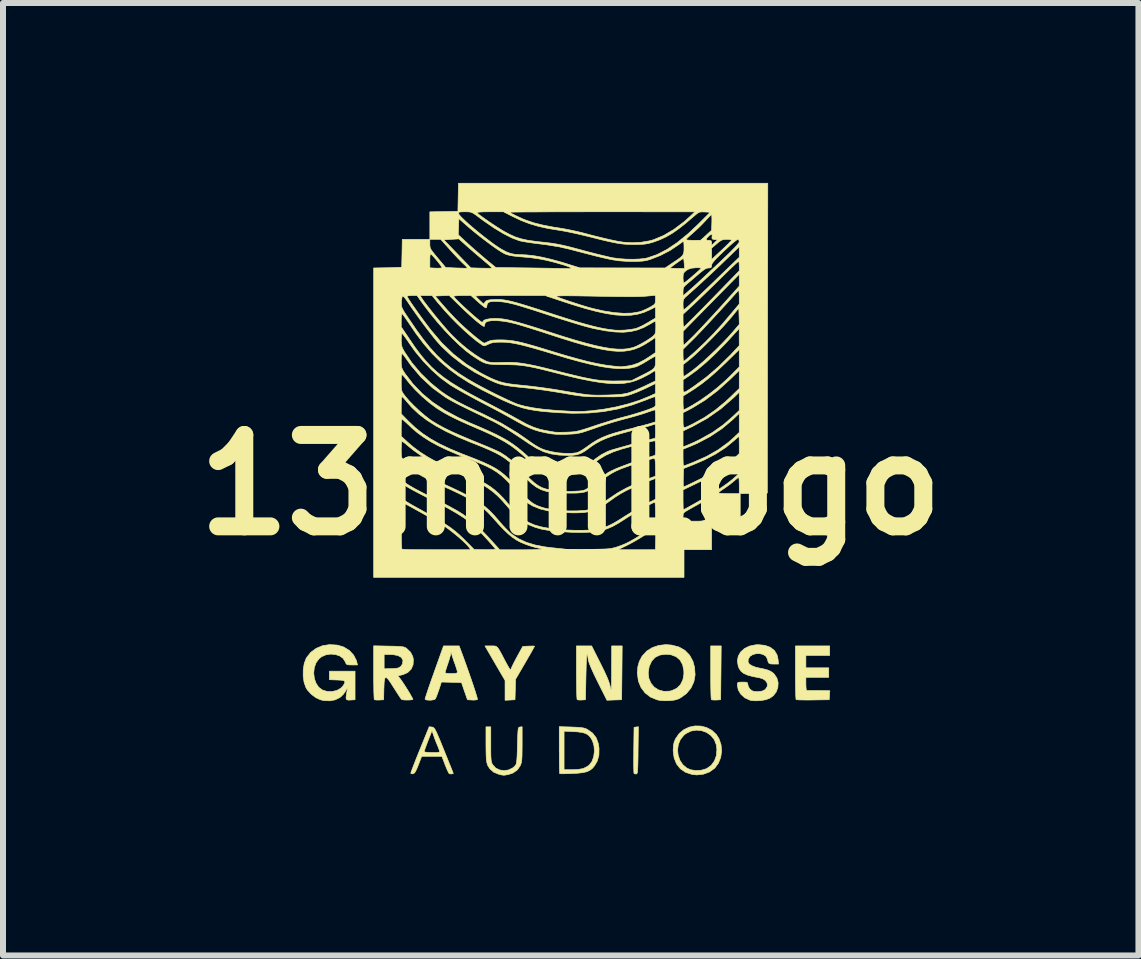
<source format=kicad_pcb>
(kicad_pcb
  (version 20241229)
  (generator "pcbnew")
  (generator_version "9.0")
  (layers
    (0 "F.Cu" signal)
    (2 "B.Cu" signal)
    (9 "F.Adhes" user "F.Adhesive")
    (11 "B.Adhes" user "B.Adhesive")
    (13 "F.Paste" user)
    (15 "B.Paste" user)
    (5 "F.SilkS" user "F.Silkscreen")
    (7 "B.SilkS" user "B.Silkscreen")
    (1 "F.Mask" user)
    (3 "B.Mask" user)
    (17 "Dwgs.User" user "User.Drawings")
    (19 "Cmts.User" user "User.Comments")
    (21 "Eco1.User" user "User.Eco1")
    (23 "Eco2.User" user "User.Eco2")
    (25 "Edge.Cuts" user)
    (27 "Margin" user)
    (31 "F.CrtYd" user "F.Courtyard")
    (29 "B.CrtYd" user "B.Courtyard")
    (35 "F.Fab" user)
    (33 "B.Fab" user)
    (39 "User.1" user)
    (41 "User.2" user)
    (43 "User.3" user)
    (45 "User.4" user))
  (footprint "13mmLogo"
    (layer "F.Cu")
    (at 6.466 5.037)
    (property "Reference" "13mmLogo" (at 0 0 0) (layer "F.SilkS") (effects (font (size 1.524 1.524) (thickness 0.3))))
    (attr through_hole)
    (fp_poly (pts (xy 2.505 3.131) (xy 2.5 3.58) (xy 2.428 3.585) (xy 2.383 3.585) (xy 2.351 3.581) (xy 2.345 3.578) (xy 2.342 3.56) (xy 2.339 3.514) (xy 2.337 3.445) (xy 2.335 3.356) (xy 2.334 3.253) (xy 2.334 3.138) (xy 2.334 3.125) (xy 2.334 2.683) (xy 2.509 2.683) (xy 2.505 3.131)) (stroke (width 0.01) (type solid)) (fill yes) (layer "F.SilkS"))
    (fp_poly (pts (xy 1.123 4.423) (xy 1.122 4.544) (xy 1.12 4.638) (xy 1.118 4.708) (xy 1.115 4.757) (xy 1.112 4.789) (xy 1.106 4.807) (xy 1.099 4.816) (xy 1.09 4.819) (xy 1.063 4.814) (xy 1.054 4.805) (xy 1.053 4.784) (xy 1.051 4.736) (xy 1.05 4.666) (xy 1.05 4.578) (xy 1.051 4.478) (xy 1.051 4.413) (xy 1.056 4.04) (xy 1.092 4.035) (xy 1.128 4.03) (xy 1.123 4.423)) (stroke (width 0.01) (type solid)) (fill yes) (layer "F.SilkS"))
    (fp_poly (pts (xy 4.318 2.842) (xy 3.921 2.842) (xy 3.921 3.048) (xy 4.302 3.048) (xy 4.302 3.207) (xy 3.921 3.207) (xy 3.921 3.318) (xy 3.923 3.372) (xy 3.927 3.411) (xy 3.933 3.427) (xy 3.933 3.427) (xy 3.953 3.427) (xy 3.997 3.426) (xy 4.061 3.427) (xy 4.132 3.427) (xy 4.32 3.429) (xy 4.315 3.504) (xy 4.31 3.58) (xy 4.039 3.584) (xy 3.95 3.585) (xy 3.871 3.584) (xy 3.809 3.583) (xy 3.77 3.58) (xy 3.757 3.578) (xy 3.755 3.559) (xy 3.752 3.514) (xy 3.75 3.445) (xy 3.748 3.356) (xy 3.747 3.253) (xy 3.747 3.138) (xy 3.747 3.125) (xy 3.747 2.683) (xy 4.318 2.683) (xy 4.318 2.842)) (stroke (width 0.01) (type solid)) (fill yes) (layer "F.SilkS"))
    (fp_poly (pts (xy -1.266 2.684) (xy -1.244 2.69) (xy -1.224 2.705) (xy -1.202 2.733) (xy -1.176 2.777) (xy -1.142 2.84) (xy -1.097 2.927) (xy -1.085 2.949) (xy -1.052 3.01) (xy -1.025 3.055) (xy -1.007 3.081) (xy -1 3.084) (xy -1 3.084) (xy -0.993 3.06) (xy -0.973 3.015) (xy -0.943 2.954) (xy -0.906 2.885) (xy -0.9 2.873) (xy -0.8 2.691) (xy -0.701 2.686) (xy -0.65 2.685) (xy -0.615 2.685) (xy -0.603 2.688) (xy -0.611 2.703) (xy -0.632 2.741) (xy -0.664 2.799) (xy -0.706 2.871) (xy -0.753 2.953) (xy -0.761 2.967) (xy -0.92 3.239) (xy -0.924 3.409) (xy -0.929 3.58) (xy -1.012 3.585) (xy -1.095 3.589) (xy -1.095 3.258) (xy -1.224 3.038) (xy -1.271 2.957) (xy -1.316 2.88) (xy -1.354 2.814) (xy -1.382 2.766) (xy -1.391 2.75) (xy -1.43 2.683) (xy -1.33 2.683) (xy -1.294 2.683) (xy -1.266 2.684)) (stroke (width 0.01) (type solid)) (fill yes) (layer "F.SilkS"))
    (fp_poly (pts (xy 0.495 2.973) (xy 0.556 3.096) (xy 0.602 3.196) (xy 0.634 3.276) (xy 0.654 3.339) (xy 0.66 3.365) (xy 0.666 3.395) (xy 0.671 3.41) (xy 0.674 3.409) (xy 0.677 3.388) (xy 0.679 3.345) (xy 0.68 3.278) (xy 0.681 3.185) (xy 0.681 3.076) (xy 0.683 2.683) (xy 0.858 2.683) (xy 0.854 3.131) (xy 0.849 3.58) (xy 0.727 3.584) (xy 0.604 3.589) (xy 0.452 3.286) (xy 0.388 3.155) (xy 0.341 3.051) (xy 0.309 2.972) (xy 0.293 2.918) (xy 0.292 2.908) (xy 0.284 2.853) (xy 0.278 2.824) (xy 0.272 2.822) (xy 0.267 2.849) (xy 0.263 2.904) (xy 0.259 2.989) (xy 0.256 3.104) (xy 0.254 3.183) (xy 0.246 3.58) (xy 0.182 3.585) (xy 0.139 3.585) (xy 0.11 3.58) (xy 0.107 3.578) (xy 0.104 3.56) (xy 0.101 3.514) (xy 0.099 3.445) (xy 0.097 3.356) (xy 0.096 3.253) (xy 0.095 3.138) (xy 0.095 3.125) (xy 0.095 2.683) (xy 0.349 2.683) (xy 0.495 2.973)) (stroke (width 0.01) (type solid)) (fill yes) (layer "F.SilkS"))
    (fp_poly (pts (xy 0.012 4.035) (xy 0.102 4.039) (xy 0.167 4.044) (xy 0.214 4.051) (xy 0.251 4.062) (xy 0.278 4.075) (xy 0.364 4.136) (xy 0.425 4.215) (xy 0.461 4.314) (xy 0.472 4.389) (xy 0.47 4.503) (xy 0.443 4.601) (xy 0.399 4.678) (xy 0.361 4.724) (xy 0.318 4.757) (xy 0.266 4.781) (xy 0.198 4.796) (xy 0.108 4.806) (xy 0.026 4.81) (xy -0.051 4.813) (xy -0.115 4.814) (xy -0.162 4.814) (xy -0.183 4.812) (xy -0.184 4.811) (xy -0.186 4.794) (xy -0.187 4.75) (xy -0.189 4.683) (xy -0.19 4.597) (xy -0.19 4.497) (xy -0.191 4.417) (xy -0.191 4.104) (xy -0.111 4.104) (xy -0.111 4.425) (xy -0.111 4.747) (xy 0.024 4.747) (xy 0.117 4.743) (xy 0.19 4.731) (xy 0.218 4.722) (xy 0.265 4.699) (xy 0.303 4.674) (xy 0.307 4.671) (xy 0.354 4.61) (xy 0.383 4.53) (xy 0.395 4.44) (xy 0.388 4.349) (xy 0.363 4.264) (xy 0.333 4.213) (xy 0.297 4.173) (xy 0.254 4.145) (xy 0.196 4.127) (xy 0.118 4.116) (xy 0.052 4.112) (xy -0.111 4.104) (xy -0.191 4.104) (xy -0.191 4.029) (xy 0.012 4.035)) (stroke (width 0.01) (type solid)) (fill yes) (layer "F.SilkS"))
    (fp_poly (pts (xy 2.17 4.019) (xy 2.266 4.044) (xy 2.353 4.09) (xy 2.427 4.159) (xy 2.471 4.228) (xy 2.506 4.328) (xy 2.516 4.435) (xy 2.501 4.541) (xy 2.462 4.639) (xy 2.401 4.721) (xy 2.395 4.726) (xy 2.31 4.786) (xy 2.209 4.822) (xy 2.1 4.834) (xy 2.021 4.825) (xy 1.914 4.79) (xy 1.828 4.731) (xy 1.764 4.65) (xy 1.724 4.55) (xy 1.708 4.432) (xy 1.708 4.421) (xy 1.709 4.415) (xy 1.782 4.415) (xy 1.791 4.505) (xy 1.82 4.59) (xy 1.869 4.663) (xy 1.935 4.719) (xy 1.997 4.747) (xy 2.085 4.761) (xy 2.178 4.755) (xy 2.261 4.731) (xy 2.267 4.728) (xy 2.342 4.675) (xy 2.396 4.601) (xy 2.429 4.511) (xy 2.437 4.409) (xy 2.428 4.333) (xy 2.395 4.247) (xy 2.339 4.177) (xy 2.267 4.126) (xy 2.184 4.096) (xy 2.095 4.087) (xy 2.006 4.102) (xy 1.923 4.143) (xy 1.887 4.171) (xy 1.829 4.242) (xy 1.794 4.326) (xy 1.782 4.415) (xy 1.709 4.415) (xy 1.712 4.347) (xy 1.724 4.288) (xy 1.748 4.231) (xy 1.808 4.144) (xy 1.885 4.08) (xy 1.975 4.037) (xy 2.071 4.017) (xy 2.17 4.019)) (stroke (width 0.01) (type solid)) (fill yes) (layer "F.SilkS"))
    (fp_poly (pts (xy -0.81 4.321) (xy -0.811 4.428) (xy -0.812 4.509) (xy -0.815 4.568) (xy -0.82 4.612) (xy -0.828 4.645) (xy -0.838 4.673) (xy -0.84 4.677) (xy -0.889 4.749) (xy -0.96 4.8) (xy -1.033 4.825) (xy -1.082 4.835) (xy -1.115 4.839) (xy -1.149 4.835) (xy -1.196 4.824) (xy -1.283 4.789) (xy -1.349 4.731) (xy -1.383 4.677) (xy -1.393 4.649) (xy -1.401 4.616) (xy -1.407 4.574) (xy -1.41 4.517) (xy -1.412 4.439) (xy -1.413 4.335) (xy -1.413 4.322) (xy -1.413 4.032) (xy -1.333 4.032) (xy -1.333 4.322) (xy -1.333 4.426) (xy -1.332 4.504) (xy -1.329 4.56) (xy -1.325 4.6) (xy -1.318 4.629) (xy -1.309 4.651) (xy -1.301 4.664) (xy -1.251 4.719) (xy -1.185 4.751) (xy -1.11 4.762) (xy -1.034 4.75) (xy -0.964 4.715) (xy -0.929 4.683) (xy -0.917 4.668) (xy -0.909 4.649) (xy -0.903 4.62) (xy -0.898 4.577) (xy -0.894 4.515) (xy -0.891 4.43) (xy -0.889 4.344) (xy -0.886 4.239) (xy -0.883 4.161) (xy -0.88 4.107) (xy -0.876 4.071) (xy -0.871 4.051) (xy -0.863 4.04) (xy -0.852 4.036) (xy -0.845 4.035) (xy -0.81 4.03) (xy -0.81 4.321)) (stroke (width 0.01) (type solid)) (fill yes) (layer "F.SilkS"))
    (fp_poly (pts (xy 1.685 2.669) (xy 1.806 2.701) (xy 1.905 2.758) (xy 1.982 2.837) (xy 2.037 2.938) (xy 2.065 3.04) (xy 2.074 3.166) (xy 2.053 3.282) (xy 2.004 3.387) (xy 1.929 3.477) (xy 1.831 3.548) (xy 1.786 3.57) (xy 1.729 3.586) (xy 1.652 3.595) (xy 1.569 3.597) (xy 1.491 3.592) (xy 1.442 3.582) (xy 1.33 3.536) (xy 1.24 3.466) (xy 1.172 3.376) (xy 1.128 3.269) (xy 1.112 3.146) (xy 1.111 3.131) (xy 1.111 3.131) (xy 1.292 3.131) (xy 1.303 3.224) (xy 1.338 3.305) (xy 1.393 3.371) (xy 1.466 3.417) (xy 1.552 3.44) (xy 1.649 3.437) (xy 1.686 3.428) (xy 1.768 3.39) (xy 1.83 3.329) (xy 1.87 3.248) (xy 1.887 3.15) (xy 1.886 3.098) (xy 1.866 2.997) (xy 1.823 2.919) (xy 1.757 2.862) (xy 1.671 2.83) (xy 1.586 2.822) (xy 1.487 2.835) (xy 1.408 2.873) (xy 1.349 2.937) (xy 1.309 3.025) (xy 1.308 3.028) (xy 1.292 3.131) (xy 1.111 3.131) (xy 1.119 3.029) (xy 1.143 2.943) (xy 1.187 2.859) (xy 1.195 2.848) (xy 1.267 2.769) (xy 1.36 2.711) (xy 1.469 2.674) (xy 1.588 2.661) (xy 1.685 2.669)) (stroke (width 0.01) (type solid)) (fill yes) (layer "F.SilkS"))
    (fp_poly (pts (xy -2.314 4.035) (xy -2.3 4.038) (xy -2.287 4.045) (xy -2.273 4.059) (xy -2.258 4.083) (xy -2.238 4.123) (xy -2.213 4.179) (xy -2.18 4.257) (xy -2.139 4.358) (xy -2.112 4.425) (xy -2.07 4.528) (xy -2.033 4.621) (xy -2.001 4.699) (xy -1.977 4.76) (xy -1.962 4.798) (xy -1.958 4.811) (xy -1.989 4.818) (xy -2.02 4.815) (xy -2.027 4.812) (xy -2.038 4.794) (xy -2.058 4.753) (xy -2.082 4.696) (xy -2.095 4.663) (xy -2.148 4.524) (xy -2.485 4.524) (xy -2.54 4.666) (xy -2.568 4.735) (xy -2.59 4.78) (xy -2.609 4.804) (xy -2.629 4.814) (xy -2.631 4.815) (xy -2.659 4.814) (xy -2.667 4.804) (xy -2.661 4.785) (xy -2.645 4.741) (xy -2.62 4.676) (xy -2.588 4.593) (xy -2.55 4.498) (xy -2.529 4.446) (xy -2.445 4.446) (xy -2.43 4.452) (xy -2.393 4.457) (xy -2.343 4.46) (xy -2.288 4.461) (xy -2.237 4.46) (xy -2.2 4.456) (xy -2.187 4.452) (xy -2.188 4.434) (xy -2.2 4.396) (xy -2.216 4.356) (xy -2.244 4.289) (xy -2.272 4.215) (xy -2.283 4.183) (xy -2.313 4.096) (xy -2.379 4.263) (xy -2.405 4.332) (xy -2.426 4.389) (xy -2.44 4.43) (xy -2.445 4.446) (xy -2.529 4.446) (xy -2.514 4.409) (xy -2.36 4.031) (xy -2.314 4.035)) (stroke (width 0.01) (type solid)) (fill yes) (layer "F.SilkS"))
    (fp_poly (pts (xy -1.835 2.75) (xy -1.789 2.874) (xy -1.744 2.999) (xy -1.701 3.12) (xy -1.661 3.235) (xy -1.626 3.338) (xy -1.596 3.428) (xy -1.574 3.5) (xy -1.559 3.55) (xy -1.555 3.575) (xy -1.555 3.577) (xy -1.577 3.583) (xy -1.619 3.586) (xy -1.645 3.585) (xy -1.722 3.58) (xy -1.772 3.437) (xy -1.821 3.294) (xy -2.156 3.285) (xy -2.199 3.417) (xy -2.221 3.479) (xy -2.24 3.53) (xy -2.255 3.562) (xy -2.258 3.568) (xy -2.283 3.58) (xy -2.327 3.587) (xy -2.351 3.588) (xy -2.405 3.584) (xy -2.428 3.572) (xy -2.429 3.568) (xy -2.424 3.548) (xy -2.409 3.503) (xy -2.387 3.435) (xy -2.358 3.35) (xy -2.323 3.25) (xy -2.284 3.141) (xy -2.28 3.13) (xy -2.095 3.13) (xy -2.081 3.137) (xy -2.043 3.142) (xy -1.992 3.143) (xy -1.934 3.142) (xy -1.901 3.136) (xy -1.89 3.124) (xy -1.889 3.12) (xy -1.894 3.095) (xy -1.908 3.049) (xy -1.927 2.992) (xy -1.931 2.981) (xy -1.954 2.918) (xy -1.973 2.861) (xy -1.985 2.82) (xy -1.985 2.818) (xy -1.994 2.791) (xy -1.998 2.795) (xy -1.999 2.803) (xy -2.004 2.832) (xy -2.018 2.882) (xy -2.037 2.945) (xy -2.048 2.977) (xy -2.069 3.039) (xy -2.085 3.091) (xy -2.094 3.123) (xy -2.095 3.13) (xy -2.28 3.13) (xy -2.275 3.115) (xy -2.121 2.683) (xy -1.86 2.683) (xy -1.835 2.75)) (stroke (width 0.01) (type solid)) (fill yes) (layer "F.SilkS"))
    (fp_poly (pts (xy -3.893 2.669) (xy -3.89 2.669) (xy -3.783 2.702) (xy -3.692 2.758) (xy -3.621 2.834) (xy -3.574 2.925) (xy -3.566 2.957) (xy -3.555 3) (xy -3.648 3) (xy -3.7 2.999) (xy -3.73 2.994) (xy -3.746 2.979) (xy -3.758 2.95) (xy -3.76 2.946) (xy -3.796 2.89) (xy -3.853 2.849) (xy -3.924 2.826) (xy -4.002 2.819) (xy -4.081 2.831) (xy -4.153 2.862) (xy -4.197 2.897) (xy -4.247 2.965) (xy -4.276 3.047) (xy -4.285 3.136) (xy -4.275 3.224) (xy -4.247 3.304) (xy -4.202 3.372) (xy -4.14 3.418) (xy -4.138 3.419) (xy -4.06 3.442) (xy -3.978 3.443) (xy -3.899 3.425) (xy -3.833 3.388) (xy -3.792 3.343) (xy -3.77 3.303) (xy -3.765 3.278) (xy -3.78 3.263) (xy -3.82 3.255) (xy -3.887 3.251) (xy -3.893 3.251) (xy -4.024 3.246) (xy -4.024 3.104) (xy -3.596 3.104) (xy -3.596 3.58) (xy -3.671 3.585) (xy -3.712 3.586) (xy -3.737 3.578) (xy -3.746 3.557) (xy -3.744 3.517) (xy -3.733 3.451) (xy -3.732 3.448) (xy -3.725 3.405) (xy -3.726 3.391) (xy -3.738 3.405) (xy -3.761 3.447) (xy -3.792 3.49) (xy -3.836 3.533) (xy -3.853 3.545) (xy -3.928 3.582) (xy -4.019 3.598) (xy -4.115 3.594) (xy -4.176 3.58) (xy -4.254 3.543) (xy -4.329 3.486) (xy -4.39 3.418) (xy -4.414 3.38) (xy -4.446 3.29) (xy -4.461 3.186) (xy -4.46 3.077) (xy -4.443 2.974) (xy -4.41 2.887) (xy -4.406 2.881) (xy -4.336 2.791) (xy -4.245 2.724) (xy -4.138 2.679) (xy -4.02 2.661) (xy -3.893 2.669)) (stroke (width 0.01) (type solid)) (fill yes) (layer "F.SilkS"))
    (fp_poly (pts (xy -3.033 2.686) (xy -2.936 2.688) (xy -2.866 2.691) (xy -2.816 2.695) (xy -2.782 2.701) (xy -2.758 2.71) (xy -2.738 2.723) (xy -2.737 2.724) (xy -2.671 2.787) (xy -2.633 2.861) (xy -2.624 2.908) (xy -2.628 2.995) (xy -2.659 3.068) (xy -2.716 3.125) (xy -2.795 3.161) (xy -2.832 3.17) (xy -2.87 3.178) (xy -2.88 3.187) (xy -2.871 3.197) (xy -2.853 3.217) (xy -2.824 3.256) (xy -2.788 3.309) (xy -2.75 3.368) (xy -2.711 3.43) (xy -2.677 3.487) (xy -2.65 3.535) (xy -2.634 3.566) (xy -2.632 3.577) (xy -2.658 3.582) (xy -2.703 3.585) (xy -2.752 3.585) (xy -2.795 3.582) (xy -2.819 3.576) (xy -2.833 3.559) (xy -2.86 3.519) (xy -2.896 3.464) (xy -2.938 3.398) (xy -2.946 3.386) (xy -3 3.3) (xy -3.041 3.242) (xy -3.071 3.212) (xy -3.091 3.21) (xy -3.103 3.236) (xy -3.111 3.291) (xy -3.114 3.374) (xy -3.115 3.393) (xy -3.119 3.58) (xy -3.191 3.585) (xy -3.237 3.585) (xy -3.269 3.581) (xy -3.275 3.578) (xy -3.278 3.56) (xy -3.28 3.514) (xy -3.283 3.445) (xy -3.284 3.356) (xy -3.286 3.252) (xy -3.286 3.138) (xy -3.286 3.124) (xy -3.286 2.826) (xy -3.111 2.826) (xy -3.111 3.064) (xy -3.012 3.062) (xy -2.952 3.06) (xy -2.9 3.055) (xy -2.874 3.05) (xy -2.83 3.023) (xy -2.803 2.977) (xy -2.798 2.923) (xy -2.8 2.915) (xy -2.827 2.873) (xy -2.88 2.844) (xy -2.96 2.828) (xy -3.016 2.826) (xy -3.111 2.826) (xy -3.286 2.826) (xy -3.286 2.681) (xy -3.033 2.686)) (stroke (width 0.01) (type solid)) (fill yes) (layer "F.SilkS"))
    (fp_poly (pts (xy 3.238 2.673) (xy 3.328 2.706) (xy 3.396 2.759) (xy 3.44 2.832) (xy 3.457 2.907) (xy 3.465 2.985) (xy 3.383 2.985) (xy 3.333 2.983) (xy 3.306 2.973) (xy 3.291 2.948) (xy 3.279 2.901) (xy 3.255 2.856) (xy 3.211 2.827) (xy 3.155 2.812) (xy 3.094 2.812) (xy 3.036 2.827) (xy 2.99 2.856) (xy 2.962 2.9) (xy 2.96 2.908) (xy 2.957 2.948) (xy 2.972 2.978) (xy 2.99 2.994) (xy 3.029 3.017) (xy 3.086 3.038) (xy 3.123 3.047) (xy 3.215 3.066) (xy 3.282 3.084) (xy 3.331 3.105) (xy 3.369 3.13) (xy 3.391 3.15) (xy 3.437 3.217) (xy 3.458 3.293) (xy 3.454 3.373) (xy 3.427 3.449) (xy 3.377 3.514) (xy 3.317 3.556) (xy 3.251 3.58) (xy 3.167 3.594) (xy 3.081 3.598) (xy 3.005 3.591) (xy 2.985 3.586) (xy 2.901 3.547) (xy 2.836 3.488) (xy 2.793 3.416) (xy 2.778 3.335) (xy 2.778 3.334) (xy 2.78 3.307) (xy 2.789 3.292) (xy 2.814 3.287) (xy 2.863 3.286) (xy 2.865 3.286) (xy 2.915 3.287) (xy 2.941 3.293) (xy 2.951 3.306) (xy 2.953 3.327) (xy 2.964 3.366) (xy 2.99 3.404) (xy 2.992 3.406) (xy 3.023 3.43) (xy 3.06 3.442) (xy 3.116 3.445) (xy 3.117 3.445) (xy 3.193 3.436) (xy 3.244 3.41) (xy 3.274 3.364) (xy 3.279 3.346) (xy 3.275 3.301) (xy 3.245 3.259) (xy 3.195 3.228) (xy 3.149 3.215) (xy 3.035 3.193) (xy 2.949 3.17) (xy 2.886 3.142) (xy 2.841 3.107) (xy 2.81 3.062) (xy 2.793 3.022) (xy 2.779 2.935) (xy 2.793 2.855) (xy 2.833 2.784) (xy 2.896 2.727) (xy 2.979 2.686) (xy 3.078 2.665) (xy 3.127 2.662) (xy 3.238 2.673)) (stroke (width 0.01) (type solid)) (fill yes) (layer "F.SilkS"))
    (fp_poly (pts (xy 3.282 -2.449) (xy 3.278 0.135) (xy 3.052 0.139) (xy 2.826 0.144) (xy 2.826 0.603) (xy 2.349 0.603) (xy 2.349 1.079) (xy 1.889 1.079) (xy 1.889 1.54) (xy -3.286 1.54) (xy -3.286 0.669) (xy -2.826 0.669) (xy -2.825 0.765) (xy -2.824 0.856) (xy -2.823 0.937) (xy -2.821 1.003) (xy -2.818 1.049) (xy -2.815 1.069) (xy -2.815 1.069) (xy -2.797 1.071) (xy -2.751 1.074) (xy -2.681 1.076) (xy -2.59 1.077) (xy -2.481 1.078) (xy -2.359 1.079) (xy -2.235 1.079) (xy -1.665 1.079) (xy -1.707 1.024) (xy -1.744 0.983) (xy -1.801 0.929) (xy -1.87 0.868) (xy -1.947 0.805) (xy -2.023 0.745) (xy -2.094 0.694) (xy -2.103 0.687) (xy -2.16 0.651) (xy -2.233 0.607) (xy -2.31 0.562) (xy -2.349 0.54) (xy -2.434 0.493) (xy -2.529 0.44) (xy -2.621 0.389) (xy -2.654 0.371) (xy -2.716 0.337) (xy -2.768 0.309) (xy -2.804 0.291) (xy -2.816 0.286) (xy -2.819 0.301) (xy -2.822 0.342) (xy -2.823 0.405) (xy -2.825 0.484) (xy -2.825 0.574) (xy -2.826 0.669) (xy -3.286 0.669) (xy -3.286 0.141) (xy -2.826 0.141) (xy -2.825 0.172) (xy -2.821 0.197) (xy -2.808 0.22) (xy -2.786 0.244) (xy -2.751 0.27) (xy -2.699 0.302) (xy -2.629 0.343) (xy -2.536 0.394) (xy -2.445 0.445) (xy -2.305 0.523) (xy -2.188 0.591) (xy -2.091 0.652) (xy -2.008 0.708) (xy -1.934 0.764) (xy -1.865 0.823) (xy -1.796 0.888) (xy -1.762 0.922) (xy -1.611 1.074) (xy -1.433 1.077) (xy -1.362 1.077) (xy -1.304 1.076) (xy -1.266 1.073) (xy -1.254 1.07) (xy -1.264 1.055) (xy -1.292 1.021) (xy -1.333 0.974) (xy -1.383 0.918) (xy -1.438 0.858) (xy -1.493 0.799) (xy -1.544 0.745) (xy -1.587 0.702) (xy -1.595 0.694) (xy -1.676 0.624) (xy -1.776 0.551) (xy -1.897 0.473) (xy -2.042 0.39) (xy -2.214 0.299) (xy -2.308 0.252) (xy -2.409 0.201) (xy -2.505 0.152) (xy -2.59 0.107) (xy -2.659 0.07) (xy -2.708 0.042) (xy -2.726 0.031) (xy -2.768 0.005) (xy -2.8 -0.012) (xy -2.811 -0.016) (xy -2.818 -0.001) (xy -2.823 0.037) (xy -2.826 0.092) (xy -2.826 0.102) (xy -2.826 0.141) (xy -3.286 0.141) (xy -3.286 -0.231) (xy -2.826 -0.231) (xy -2.824 -0.158) (xy -2.818 -0.109) (xy -2.807 -0.08) (xy -2.801 -0.073) (xy -2.771 -0.046) (xy -2.729 -0.016) (xy -2.674 0.018) (xy -2.601 0.06) (xy -2.507 0.11) (xy -2.39 0.17) (xy -2.286 0.222) (xy -2.133 0.299) (xy -2.005 0.367) (xy -1.895 0.428) (xy -1.801 0.486) (xy -1.716 0.546) (xy -1.637 0.609) (xy -1.558 0.681) (xy -1.475 0.764) (xy -1.382 0.861) (xy -1.302 0.949) (xy -1.183 1.08) (xy -0.819 1.08) (xy -0.716 1.079) (xy -0.666 1.079) (xy 0.786 1.079) (xy 1.098 1.079) (xy 1.411 1.079) (xy 1.416 0.905) (xy 1.417 0.835) (xy 1.415 0.778) (xy 1.412 0.741) (xy 1.407 0.73) (xy 1.389 0.738) (xy 1.351 0.761) (xy 1.297 0.794) (xy 1.234 0.835) (xy 1.232 0.836) (xy 1.151 0.887) (xy 1.062 0.939) (xy 0.976 0.986) (xy 0.929 1.01) (xy 0.786 1.079) (xy -0.666 1.079) (xy -0.625 1.078) (xy -0.55 1.077) (xy -0.495 1.076) (xy -0.466 1.074) (xy -0.462 1.073) (xy -0.48 1.066) (xy -0.521 1.056) (xy -0.576 1.043) (xy -0.588 1.041) (xy -0.66 1.021) (xy -0.744 0.992) (xy -0.824 0.959) (xy -0.839 0.953) (xy -0.905 0.917) (xy -0.97 0.873) (xy -1.038 0.818) (xy -1.113 0.747) (xy -1.198 0.658) (xy -1.298 0.546) (xy -1.315 0.528) (xy -1.38 0.458) (xy -1.449 0.394) (xy -1.527 0.334) (xy -1.617 0.275) (xy -1.723 0.214) (xy -1.848 0.15) (xy -1.997 0.079) (xy -2.117 0.025) (xy -2.256 -0.038) (xy -2.37 -0.092) (xy -2.465 -0.141) (xy -2.547 -0.188) (xy -2.619 -0.234) (xy -2.689 -0.284) (xy -2.692 -0.287) (xy -2.742 -0.323) (xy -2.783 -0.351) (xy -2.808 -0.364) (xy -2.811 -0.365) (xy -2.818 -0.35) (xy -2.823 -0.311) (xy -2.826 -0.255) (xy -2.826 -0.231) (xy -3.286 -0.231) (xy -3.286 -0.59) (xy -2.826 -0.59) (xy -2.825 -0.523) (xy -2.822 -0.479) (xy -2.814 -0.45) (xy -2.799 -0.428) (xy -2.775 -0.404) (xy -2.774 -0.403) (xy -2.696 -0.335) (xy -2.608 -0.271) (xy -2.507 -0.208) (xy -2.387 -0.143) (xy -2.245 -0.074) (xy -2.135 -0.024) (xy -1.964 0.054) (xy -1.82 0.123) (xy -1.697 0.186) (xy -1.593 0.246) (xy -1.503 0.304) (xy -1.424 0.364) (xy -1.352 0.428) (xy -1.283 0.499) (xy -1.214 0.578) (xy -1.203 0.591) (xy -1.144 0.66) (xy -1.082 0.726) (xy -1.026 0.782) (xy -0.982 0.821) (xy -0.981 0.822) (xy -0.868 0.896) (xy -0.741 0.955) (xy -0.594 1) (xy -0.424 1.032) (xy -0.31 1.046) (xy -0.233 1.054) (xy -0.164 1.061) (xy -0.111 1.067) (xy -0.087 1.07) (xy -0.058 1.072) (xy -0.002 1.073) (xy 0.075 1.073) (xy 0.168 1.074) (xy 0.27 1.073) (xy 0.31 1.073) (xy 0.427 1.071) (xy 0.518 1.069) (xy 0.588 1.066) (xy 0.642 1.062) (xy 0.686 1.055) (xy 0.725 1.046) (xy 0.764 1.035) (xy 0.77 1.033) (xy 0.843 1.007) (xy 0.911 0.979) (xy 0.982 0.944) (xy 1.06 0.9) (xy 1.153 0.843) (xy 1.226 0.796) (xy 1.413 0.676) (xy 1.413 0.533) (xy 1.873 0.533) (xy 1.873 0.603) (xy 2.047 0.603) (xy 2.123 0.603) (xy 2.176 0.601) (xy 2.192 0.598) (xy 2.307 0.598) (xy 2.321 0.603) (xy 2.323 0.603) (xy 2.35 0.595) (xy 2.357 0.588) (xy 2.359 0.57) (xy 2.343 0.565) (xy 2.321 0.576) (xy 2.318 0.58) (xy 2.307 0.598) (xy 2.192 0.598) (xy 2.212 0.595) (xy 2.239 0.585) (xy 2.266 0.567) (xy 2.287 0.552) (xy 2.353 0.5) (xy 2.353 0.353) (xy 2.352 0.289) (xy 2.35 0.238) (xy 2.348 0.208) (xy 2.347 0.203) (xy 2.332 0.209) (xy 2.295 0.227) (xy 2.243 0.255) (xy 2.199 0.28) (xy 2.126 0.321) (xy 2.051 0.363) (xy 1.987 0.399) (xy 1.965 0.412) (xy 1.916 0.44) (xy 1.888 0.462) (xy 1.876 0.485) (xy 1.873 0.517) (xy 1.873 0.533) (xy 1.413 0.533) (xy 1.413 0.481) (xy 1.412 0.406) (xy 1.41 0.345) (xy 1.407 0.303) (xy 1.403 0.286) (xy 1.402 0.286) (xy 1.381 0.293) (xy 1.337 0.315) (xy 1.278 0.346) (xy 1.208 0.384) (xy 1.133 0.427) (xy 1.058 0.47) (xy 0.99 0.512) (xy 0.933 0.548) (xy 0.921 0.556) (xy 0.802 0.632) (xy 0.699 0.69) (xy 0.604 0.731) (xy 0.509 0.76) (xy 0.406 0.778) (xy 0.287 0.788) (xy 0.262 0.789) (xy 0.143 0.791) (xy 0.009 0.788) (xy -0.132 0.78) (xy -0.269 0.768) (xy -0.392 0.753) (xy -0.482 0.737) (xy -0.592 0.706) (xy -0.703 0.662) (xy -0.803 0.61) (xy -0.851 0.577) (xy -0.882 0.549) (xy -0.928 0.502) (xy -0.983 0.442) (xy -1.042 0.374) (xy -1.067 0.345) (xy -1.144 0.257) (xy -1.22 0.18) (xy -1.297 0.112) (xy -1.381 0.051) (xy -1.475 -0.008) (xy -1.585 -0.066) (xy -1.714 -0.127) (xy -1.866 -0.192) (xy -1.961 -0.231) (xy -2.132 -0.303) (xy -2.278 -0.371) (xy -2.404 -0.436) (xy -2.514 -0.503) (xy -2.615 -0.574) (xy -2.707 -0.648) (xy -2.753 -0.687) (xy -2.79 -0.715) (xy -2.812 -0.729) (xy -2.814 -0.73) (xy -2.819 -0.715) (xy -2.823 -0.676) (xy -2.825 -0.62) (xy -2.826 -0.59) (xy -3.286 -0.59) (xy -3.286 -0.952) (xy -2.826 -0.952) (xy -2.826 -0.813) (xy -2.719 -0.714) (xy -2.624 -0.633) (xy -2.511 -0.549) (xy -2.391 -0.472) (xy -2.276 -0.407) (xy -2.274 -0.407) (xy -2.232 -0.387) (xy -2.167 -0.358) (xy -2.086 -0.323) (xy -1.996 -0.285) (xy -1.921 -0.254) (xy -1.761 -0.187) (xy -1.626 -0.128) (xy -1.513 -0.074) (xy -1.418 -0.022) (xy -1.336 0.03) (xy -1.263 0.086) (xy -1.195 0.147) (xy -1.127 0.216) (xy -1.057 0.297) (xy -1.048 0.307) (xy -0.95 0.418) (xy -0.863 0.506) (xy -0.781 0.574) (xy -0.698 0.625) (xy -0.61 0.664) (xy -0.51 0.693) (xy -0.451 0.706) (xy -0.336 0.725) (xy -0.207 0.74) (xy -0.07 0.75) (xy 0.068 0.755) (xy 0.2 0.755) (xy 0.321 0.751) (xy 0.423 0.741) (xy 0.5 0.726) (xy 0.571 0.703) (xy 0.64 0.675) (xy 0.713 0.638) (xy 0.798 0.588) (xy 0.895 0.526) (xy 0.982 0.472) (xy 1.081 0.413) (xy 1.179 0.358) (xy 1.24 0.325) (xy 1.413 0.237) (xy 1.413 0.081) (xy 1.873 0.081) (xy 1.873 0.247) (xy 1.874 0.315) (xy 1.875 0.37) (xy 1.878 0.404) (xy 1.88 0.413) (xy 1.895 0.405) (xy 1.934 0.384) (xy 1.991 0.352) (xy 2.063 0.312) (xy 2.145 0.265) (xy 2.154 0.26) (xy 2.302 0.174) (xy 2.373 0.131) (xy 2.462 0.131) (xy 2.476 0.136) (xy 2.516 0.14) (xy 2.575 0.142) (xy 2.635 0.143) (xy 2.81 0.143) (xy 2.81 0.008) (xy 2.809 -0.053) (xy 2.806 -0.1) (xy 2.802 -0.125) (xy 2.8 -0.127) (xy 2.784 -0.117) (xy 2.752 -0.092) (xy 2.717 -0.062) (xy 2.662 -0.017) (xy 2.596 0.031) (xy 2.553 0.061) (xy 2.507 0.092) (xy 2.475 0.117) (xy 2.462 0.131) (xy 2.462 0.131) (xy 2.373 0.131) (xy 2.426 0.098) (xy 2.53 0.031) (xy 2.618 -0.032) (xy 2.695 -0.092) (xy 2.727 -0.12) (xy 2.81 -0.193) (xy 2.81 -0.464) (xy 2.745 -0.405) (xy 2.678 -0.35) (xy 2.595 -0.293) (xy 2.493 -0.231) (xy 2.369 -0.163) (xy 2.22 -0.087) (xy 2.165 -0.06) (xy 1.873 0.081) (xy 1.413 0.081) (xy 1.413 -0.056) (xy 1.876 -0.056) (xy 1.877 -0.005) (xy 1.88 0.026) (xy 1.882 0.032) (xy 1.899 0.025) (xy 1.94 0.006) (xy 2 -0.022) (xy 2.076 -0.059) (xy 2.162 -0.101) (xy 2.181 -0.11) (xy 2.314 -0.176) (xy 2.422 -0.233) (xy 2.51 -0.284) (xy 2.584 -0.33) (xy 2.647 -0.377) (xy 2.704 -0.425) (xy 2.73 -0.449) (xy 2.81 -0.524) (xy 2.81 -0.667) (xy 2.809 -0.73) (xy 2.808 -0.779) (xy 2.805 -0.806) (xy 2.804 -0.81) (xy 2.79 -0.8) (xy 2.76 -0.774) (xy 2.729 -0.745) (xy 2.584 -0.626) (xy 2.418 -0.518) (xy 2.227 -0.418) (xy 2.064 -0.348) (xy 1.881 -0.274) (xy 1.877 -0.121) (xy 1.876 -0.056) (xy 1.413 -0.056) (xy 1.413 -0.11) (xy 1.314 -0.072) (xy 1.163 -0.013) (xy 1.037 0.04) (xy 0.929 0.091) (xy 0.834 0.143) (xy 0.745 0.199) (xy 0.667 0.255) (xy 0.564 0.328) (xy 0.476 0.382) (xy 0.393 0.42) (xy 0.308 0.445) (xy 0.213 0.459) (xy 0.1 0.464) (xy 0.024 0.464) (xy -0.181 0.457) (xy -0.358 0.435) (xy -0.51 0.399) (xy -0.636 0.348) (xy -0.715 0.301) (xy -0.743 0.276) (xy -0.786 0.233) (xy -0.838 0.177) (xy -0.894 0.115) (xy -0.899 0.109) (xy -0.991 0.004) (xy -1.073 -0.082) (xy -1.149 -0.152) (xy -1.227 -0.212) (xy -1.311 -0.265) (xy -1.407 -0.314) (xy -1.522 -0.365) (xy -1.66 -0.42) (xy -1.683 -0.429) (xy -1.884 -0.508) (xy -2.058 -0.583) (xy -2.208 -0.654) (xy -2.339 -0.725) (xy -2.454 -0.798) (xy -2.558 -0.873) (xy -2.653 -0.955) (xy -2.691 -0.991) (xy -2.741 -1.038) (xy -2.782 -1.074) (xy -2.809 -1.095) (xy -2.818 -1.098) (xy -2.821 -1.08) (xy -2.824 -1.037) (xy -2.826 -0.979) (xy -2.826 -0.952) (xy -3.286 -0.952) (xy -3.286 -1.187) (xy -2.826 -1.187) (xy -2.705 -1.063) (xy -2.593 -0.957) (xy -2.472 -0.86) (xy -2.339 -0.771) (xy -2.187 -0.686) (xy -2.015 -0.604) (xy -1.816 -0.521) (xy -1.73 -0.488) (xy -1.576 -0.428) (xy -1.447 -0.374) (xy -1.34 -0.324) (xy -1.25 -0.275) (xy -1.174 -0.224) (xy -1.106 -0.17) (xy -1.041 -0.109) (xy -0.988 -0.051) (xy -0.891 0.057) (xy -0.81 0.144) (xy -0.742 0.213) (xy -0.683 0.265) (xy -0.629 0.306) (xy -0.575 0.336) (xy -0.519 0.359) (xy -0.457 0.379) (xy -0.418 0.389) (xy -0.306 0.411) (xy -0.173 0.425) (xy -0.03 0.432) (xy 0.114 0.431) (xy 0.249 0.421) (xy 0.262 0.42) (xy 0.333 0.403) (xy 0.413 0.37) (xy 0.507 0.317) (xy 0.618 0.242) (xy 0.645 0.223) (xy 0.782 0.131) (xy 0.93 0.049) (xy 1.097 -0.028) (xy 1.25 -0.088) (xy 1.413 -0.148) (xy 1.413 -0.296) (xy 1.411 -0.373) (xy 1.406 -0.422) (xy 1.398 -0.443) (xy 1.394 -0.445) (xy 1.368 -0.44) (xy 1.318 -0.427) (xy 1.251 -0.407) (xy 1.172 -0.383) (xy 1.089 -0.357) (xy 1.006 -0.33) (xy 0.932 -0.304) (xy 0.871 -0.282) (xy 0.846 -0.273) (xy 0.754 -0.233) (xy 0.675 -0.191) (xy 0.6 -0.142) (xy 0.517 -0.079) (xy 0.469 -0.04) (xy 0.395 0.021) (xy 0.336 0.066) (xy 0.285 0.097) (xy 0.233 0.117) (xy 0.174 0.128) (xy 0.101 0.134) (xy 0.007 0.135) (xy -0.04 0.135) (xy -0.186 0.132) (xy -0.307 0.123) (xy -0.409 0.105) (xy -0.497 0.076) (xy -0.578 0.032) (xy -0.657 -0.027) (xy -0.741 -0.106) (xy -0.808 -0.175) (xy -0.889 -0.26) (xy -0.961 -0.332) (xy -1.028 -0.392) (xy -1.096 -0.444) (xy -1.169 -0.491) (xy -1.252 -0.536) (xy -1.349 -0.582) (xy -1.466 -0.632) (xy -1.606 -0.689) (xy -1.654 -0.707) (xy -1.882 -0.802) (xy -2.081 -0.895) (xy -2.254 -0.989) (xy -2.404 -1.085) (xy -2.534 -1.185) (xy -2.647 -1.291) (xy -2.717 -1.37) (xy -2.756 -1.416) (xy -2.789 -1.453) (xy -2.81 -1.472) (xy -2.812 -1.474) (xy -2.818 -1.461) (xy -2.823 -1.424) (xy -2.825 -1.368) (xy -2.826 -1.333) (xy -2.826 -1.187) (xy -3.286 -1.187) (xy -3.286 -1.704) (xy -2.826 -1.704) (xy -2.825 -1.637) (xy -2.822 -1.592) (xy -2.812 -1.558) (xy -2.793 -1.526) (xy -2.763 -1.485) (xy -2.76 -1.481) (xy -2.696 -1.406) (xy -2.614 -1.322) (xy -2.522 -1.235) (xy -2.43 -1.156) (xy -2.345 -1.09) (xy -2.322 -1.074) (xy -2.225 -1.015) (xy -2.113 -0.953) (xy -1.98 -0.888) (xy -1.824 -0.819) (xy -1.642 -0.742) (xy -1.572 -0.714) (xy -1.472 -0.673) (xy -1.377 -0.634) (xy -1.294 -0.598) (xy -1.228 -0.568) (xy -1.183 -0.547) (xy -1.175 -0.543) (xy -1.083 -0.484) (xy -0.988 -0.41) (xy -0.887 -0.317) (xy -0.773 -0.201) (xy -0.762 -0.189) (xy -0.678 -0.102) (xy -0.608 -0.038) (xy -0.544 0.009) (xy -0.482 0.043) (xy -0.416 0.065) (xy -0.365 0.077) (xy -0.31 0.088) (xy -0.264 0.098) (xy -0.246 0.102) (xy -0.219 0.104) (xy -0.167 0.106) (xy -0.097 0.106) (xy -0.018 0.106) (xy -0.008 0.106) (xy 0.084 0.103) (xy 0.151 0.099) (xy 0.199 0.092) (xy 0.234 0.082) (xy 0.254 0.073) (xy 0.29 0.05) (xy 0.342 0.012) (xy 0.401 -0.034) (xy 0.437 -0.063) (xy 0.498 -0.113) (xy 0.557 -0.16) (xy 0.607 -0.196) (xy 0.627 -0.21) (xy 0.683 -0.239) (xy 0.764 -0.276) (xy 0.864 -0.315) (xy 0.976 -0.357) (xy 1.095 -0.398) (xy 1.213 -0.435) (xy 1.286 -0.458) (xy 1.346 -0.476) (xy 1.388 -0.49) (xy 1.406 -0.496) (xy 1.407 -0.497) (xy 1.411 -0.515) (xy 1.414 -0.555) (xy 1.414 -0.597) (xy 1.873 -0.597) (xy 1.873 -0.457) (xy 1.874 -0.395) (xy 1.876 -0.347) (xy 1.88 -0.321) (xy 1.881 -0.318) (xy 1.899 -0.323) (xy 1.939 -0.338) (xy 1.996 -0.36) (xy 2.052 -0.382) (xy 2.27 -0.479) (xy 2.462 -0.589) (xy 2.631 -0.713) (xy 2.707 -0.78) (xy 2.81 -0.877) (xy 2.81 -1.195) (xy 2.692 -1.083) (xy 2.519 -0.938) (xy 2.322 -0.807) (xy 2.109 -0.695) (xy 2.004 -0.65) (xy 1.873 -0.597) (xy 1.414 -0.597) (xy 1.414 -0.606) (xy 1.413 -0.659) (xy 1.411 -0.704) (xy 1.407 -0.733) (xy 1.404 -0.738) (xy 1.379 -0.734) (xy 1.329 -0.723) (xy 1.261 -0.707) (xy 1.181 -0.687) (xy 1.095 -0.665) (xy 1.008 -0.643) (xy 0.928 -0.621) (xy 0.861 -0.603) (xy 0.709 -0.552) (xy 0.58 -0.494) (xy 0.467 -0.425) (xy 0.363 -0.34) (xy 0.357 -0.334) (xy 0.287 -0.272) (xy 0.227 -0.228) (xy 0.168 -0.199) (xy 0.104 -0.183) (xy 0.026 -0.176) (xy -0.073 -0.178) (xy -0.107 -0.179) (xy -0.237 -0.188) (xy -0.343 -0.202) (xy -0.432 -0.225) (xy -0.51 -0.261) (xy -0.587 -0.311) (xy -0.668 -0.378) (xy -0.714 -0.421) (xy -0.813 -0.511) (xy -0.905 -0.588) (xy -0.998 -0.657) (xy -1.097 -0.72) (xy -1.207 -0.781) (xy -1.333 -0.843) (xy -1.481 -0.91) (xy -1.562 -0.945) (xy -1.713 -1.01) (xy -1.84 -1.067) (xy -1.947 -1.118) (xy -2.039 -1.165) (xy -2.122 -1.211) (xy -2.199 -1.259) (xy -2.238 -1.284) (xy -2.355 -1.371) (xy -2.477 -1.475) (xy -2.592 -1.587) (xy -2.691 -1.698) (xy -2.718 -1.731) (xy -2.757 -1.781) (xy -2.789 -1.819) (xy -2.81 -1.839) (xy -2.814 -1.841) (xy -2.819 -1.827) (xy -2.823 -1.788) (xy -2.826 -1.731) (xy -2.826 -1.704) (xy -3.286 -1.704) (xy -3.286 -2.071) (xy -2.826 -2.071) (xy -2.825 -2.007) (xy -2.819 -1.963) (xy -2.804 -1.924) (xy -2.777 -1.88) (xy -2.761 -1.856) (xy -2.628 -1.682) (xy -2.475 -1.524) (xy -2.3 -1.379) (xy -2.1 -1.246) (xy -1.873 -1.124) (xy -1.667 -1.03) (xy -1.502 -0.96) (xy -1.362 -0.898) (xy -1.242 -0.842) (xy -1.139 -0.788) (xy -1.047 -0.736) (xy -0.963 -0.68) (xy -0.882 -0.62) (xy -0.799 -0.552) (xy -0.71 -0.473) (xy -0.631 -0.4) (xy -0.575 -0.352) (xy -0.521 -0.31) (xy -0.477 -0.281) (xy -0.465 -0.275) (xy -0.382 -0.249) (xy -0.281 -0.228) (xy -0.17 -0.214) (xy -0.06 -0.208) (xy 0.04 -0.21) (xy 0.122 -0.221) (xy 0.133 -0.224) (xy 0.185 -0.248) (xy 0.251 -0.297) (xy 0.303 -0.342) (xy 0.409 -0.435) (xy 0.508 -0.504) (xy 0.608 -0.556) (xy 0.65 -0.573) (xy 0.682 -0.584) (xy 0.738 -0.6) (xy 0.811 -0.621) (xy 0.897 -0.645) (xy 0.99 -0.671) (xy 1.085 -0.696) (xy 1.177 -0.721) (xy 1.26 -0.743) (xy 1.329 -0.761) (xy 1.379 -0.773) (xy 1.405 -0.778) (xy 1.406 -0.778) (xy 1.409 -0.792) (xy 1.412 -0.831) (xy 1.413 -0.886) (xy 1.413 -0.897) (xy 1.413 -0.901) (xy 1.873 -0.901) (xy 1.873 -0.635) (xy 1.952 -0.667) (xy 2.004 -0.689) (xy 2.071 -0.719) (xy 2.142 -0.754) (xy 2.161 -0.763) (xy 2.364 -0.877) (xy 2.547 -1.006) (xy 2.711 -1.149) (xy 2.81 -1.243) (xy 2.81 -1.547) (xy 2.719 -1.459) (xy 2.504 -1.272) (xy 2.276 -1.112) (xy 2.03 -0.976) (xy 2.026 -0.974) (xy 1.873 -0.901) (xy 1.413 -0.901) (xy 1.412 -0.954) (xy 1.41 -0.996) (xy 1.407 -1.015) (xy 1.406 -1.016) (xy 1.388 -1.011) (xy 1.354 -0.999) (xy 1.326 -0.99) (xy 1.272 -0.974) (xy 1.198 -0.954) (xy 1.109 -0.93) (xy 1.011 -0.905) (xy 0.984 -0.898) (xy 0.83 -0.856) (xy 0.701 -0.818) (xy 0.594 -0.779) (xy 0.503 -0.739) (xy 0.422 -0.695) (xy 0.346 -0.646) (xy 0.31 -0.619) (xy 0.233 -0.563) (xy 0.168 -0.527) (xy 0.105 -0.505) (xy 0.032 -0.495) (xy -0.04 -0.493) (xy -0.195 -0.499) (xy -0.33 -0.519) (xy -0.453 -0.556) (xy -0.574 -0.614) (xy -0.691 -0.687) (xy -0.858 -0.8) (xy -1.005 -0.896) (xy -1.132 -0.973) (xy -1.236 -1.032) (xy -1.278 -1.054) (xy -1.327 -1.078) (xy -1.399 -1.113) (xy -1.486 -1.155) (xy -1.582 -1.201) (xy -1.679 -1.248) (xy -1.685 -1.251) (xy -1.783 -1.299) (xy -1.879 -1.347) (xy -1.966 -1.393) (xy -2.038 -1.433) (xy -2.088 -1.463) (xy -2.09 -1.464) (xy -2.306 -1.621) (xy -2.496 -1.797) (xy -2.662 -1.992) (xy -2.727 -2.084) (xy -2.762 -2.133) (xy -2.791 -2.171) (xy -2.81 -2.19) (xy -2.812 -2.191) (xy -2.819 -2.176) (xy -2.823 -2.138) (xy -2.826 -2.083) (xy -2.826 -2.071) (xy -3.286 -2.071) (xy -3.286 -2.414) (xy -2.826 -2.414) (xy -2.823 -2.353) (xy -2.814 -2.305) (xy -2.793 -2.258) (xy -2.768 -2.215) (xy -2.647 -2.037) (xy -2.501 -1.864) (xy -2.338 -1.704) (xy -2.166 -1.564) (xy -2.107 -1.523) (xy -2.042 -1.48) (xy -1.976 -1.44) (xy -1.906 -1.4) (xy -1.826 -1.358) (xy -1.732 -1.311) (xy -1.619 -1.257) (xy -1.482 -1.193) (xy -1.46 -1.183) (xy -1.158 -1.031) (xy -0.882 -0.864) (xy -0.746 -0.77) (xy -0.66 -0.709) (xy -0.593 -0.664) (xy -0.537 -0.631) (xy -0.488 -0.606) (xy -0.437 -0.587) (xy -0.42 -0.581) (xy -0.321 -0.556) (xy -0.21 -0.537) (xy -0.098 -0.528) (xy 0.006 -0.527) (xy 0.091 -0.537) (xy 0.099 -0.538) (xy 0.139 -0.554) (xy 0.194 -0.585) (xy 0.253 -0.625) (xy 0.274 -0.64) (xy 0.358 -0.7) (xy 0.44 -0.75) (xy 0.526 -0.793) (xy 0.623 -0.832) (xy 0.737 -0.869) (xy 0.873 -0.907) (xy 0.935 -0.923) (xy 1.035 -0.948) (xy 1.132 -0.973) (xy 1.216 -0.996) (xy 1.284 -1.014) (xy 1.327 -1.026) (xy 1.328 -1.027) (xy 1.413 -1.054) (xy 1.413 -1.154) (xy 1.412 -1.206) (xy 1.412 -1.206) (xy 1.873 -1.206) (xy 1.873 -1.078) (xy 1.874 -1.017) (xy 1.878 -0.979) (xy 1.891 -0.961) (xy 1.917 -0.963) (xy 1.962 -0.982) (xy 2.031 -1.016) (xy 2.037 -1.019) (xy 2.231 -1.126) (xy 2.41 -1.249) (xy 2.583 -1.392) (xy 2.671 -1.474) (xy 2.81 -1.609) (xy 2.81 -1.91) (xy 2.647 -1.752) (xy 2.446 -1.571) (xy 2.239 -1.415) (xy 2.03 -1.287) (xy 1.969 -1.254) (xy 1.873 -1.206) (xy 1.412 -1.206) (xy 1.408 -1.242) (xy 1.404 -1.254) (xy 1.386 -1.249) (xy 1.345 -1.236) (xy 1.289 -1.217) (xy 1.258 -1.206) (xy 1.189 -1.183) (xy 1.101 -1.157) (xy 1.003 -1.129) (xy 0.909 -1.104) (xy 0.904 -1.103) (xy 0.812 -1.078) (xy 0.701 -1.046) (xy 0.582 -1.009) (xy 0.467 -0.971) (xy 0.411 -0.951) (xy 0.312 -0.917) (xy 0.236 -0.891) (xy 0.176 -0.873) (xy 0.125 -0.862) (xy 0.075 -0.854) (xy 0.02 -0.85) (xy -0.049 -0.847) (xy -0.064 -0.846) (xy -0.163 -0.844) (xy -0.244 -0.846) (xy -0.319 -0.853) (xy -0.399 -0.867) (xy -0.426 -0.872) (xy -0.518 -0.893) (xy -0.601 -0.918) (xy -0.683 -0.95) (xy -0.771 -0.991) (xy -0.873 -1.046) (xy -0.953 -1.091) (xy -1.014 -1.125) (xy -1.098 -1.171) (xy -1.197 -1.225) (xy -1.306 -1.283) (xy -1.419 -1.342) (xy -1.492 -1.38) (xy -1.603 -1.439) (xy -1.714 -1.499) (xy -1.819 -1.557) (xy -1.912 -1.61) (xy -1.987 -1.655) (xy -2.024 -1.679) (xy -2.171 -1.787) (xy -2.319 -1.919) (xy -2.462 -2.068) (xy -2.592 -2.224) (xy -2.678 -2.345) (xy -2.724 -2.412) (xy -2.763 -2.468) (xy -2.794 -2.508) (xy -2.813 -2.528) (xy -2.816 -2.529) (xy -2.821 -2.509) (xy -2.824 -2.467) (xy -2.826 -2.414) (xy -3.286 -2.414) (xy -3.286 -2.747) (xy -2.826 -2.747) (xy -2.826 -2.636) (xy -2.684 -2.426) (xy -2.592 -2.291) (xy -2.503 -2.172) (xy -2.414 -2.066) (xy -2.323 -1.969) (xy -2.225 -1.88) (xy -2.117 -1.794) (xy -1.995 -1.709) (xy -1.856 -1.623) (xy -1.696 -1.531) (xy -1.512 -1.432) (xy -1.42 -1.384) (xy -1.307 -1.325) (xy -1.193 -1.265) (xy -1.084 -1.207) (xy -0.987 -1.154) (xy -0.908 -1.11) (xy -0.857 -1.082) (xy -0.731 -1.013) (xy -0.617 -0.963) (xy -0.506 -0.927) (xy -0.405 -0.906) (xy -0.346 -0.896) (xy -0.295 -0.887) (xy -0.27 -0.882) (xy -0.238 -0.88) (xy -0.182 -0.879) (xy -0.113 -0.88) (xy -0.064 -0.881) (xy -0.002 -0.884) (xy 0.05 -0.888) (xy 0.1 -0.896) (xy 0.154 -0.909) (xy 0.219 -0.928) (xy 0.301 -0.954) (xy 0.389 -0.984) (xy 0.495 -1.019) (xy 0.607 -1.054) (xy 0.714 -1.087) (xy 0.808 -1.114) (xy 0.86 -1.128) (xy 0.961 -1.154) (xy 1.064 -1.184) (xy 1.164 -1.215) (xy 1.253 -1.244) (xy 1.326 -1.271) (xy 1.376 -1.291) (xy 1.38 -1.294) (xy 1.404 -1.31) (xy 1.415 -1.333) (xy 1.416 -1.369) (xy 1.873 -1.369) (xy 1.875 -1.313) (xy 1.878 -1.272) (xy 1.883 -1.254) (xy 1.884 -1.254) (xy 1.901 -1.261) (xy 1.94 -1.281) (xy 1.993 -1.31) (xy 2.027 -1.329) (xy 2.163 -1.413) (xy 2.309 -1.516) (xy 2.454 -1.63) (xy 2.589 -1.75) (xy 2.655 -1.813) (xy 2.81 -1.969) (xy 2.81 -2.259) (xy 2.584 -2.038) (xy 2.441 -1.903) (xy 2.311 -1.789) (xy 2.188 -1.691) (xy 2.064 -1.604) (xy 1.987 -1.554) (xy 1.874 -1.484) (xy 1.873 -1.369) (xy 1.416 -1.369) (xy 1.416 -1.374) (xy 1.415 -1.391) (xy 1.411 -1.437) (xy 1.407 -1.467) (xy 1.405 -1.473) (xy 1.39 -1.47) (xy 1.352 -1.456) (xy 1.298 -1.436) (xy 1.268 -1.423) (xy 1.026 -1.335) (xy 0.787 -1.268) (xy 0.545 -1.224) (xy 0.295 -1.2) (xy 0.029 -1.196) (xy -0.162 -1.204) (xy -0.33 -1.215) (xy -0.472 -1.227) (xy -0.594 -1.243) (xy -0.703 -1.262) (xy -0.805 -1.287) (xy -0.905 -1.32) (xy -1.011 -1.362) (xy -1.128 -1.413) (xy -1.259 -1.476) (xy -1.488 -1.591) (xy -1.691 -1.704) (xy -1.871 -1.818) (xy -2.033 -1.936) (xy -2.18 -2.062) (xy -2.317 -2.199) (xy -2.448 -2.351) (xy -2.577 -2.521) (xy -2.708 -2.714) (xy -2.708 -2.714) (xy -2.748 -2.772) (xy -2.781 -2.819) (xy -2.805 -2.849) (xy -2.814 -2.857) (xy -2.82 -2.843) (xy -2.824 -2.805) (xy -2.826 -2.751) (xy -2.826 -2.747) (xy -3.286 -2.747) (xy -3.286 -3.019) (xy -2.824 -3.019) (xy -2.822 -2.988) (xy -2.814 -2.958) (xy -2.797 -2.923) (xy -2.769 -2.876) (xy -2.726 -2.811) (xy -2.705 -2.78) (xy -2.577 -2.592) (xy -2.458 -2.429) (xy -2.344 -2.287) (xy -2.231 -2.163) (xy -2.115 -2.053) (xy -1.994 -1.953) (xy -1.862 -1.858) (xy -1.716 -1.765) (xy -1.686 -1.748) (xy -1.595 -1.695) (xy -1.489 -1.638) (xy -1.376 -1.578) (xy -1.259 -1.519) (xy -1.146 -1.464) (xy -1.042 -1.415) (xy -0.953 -1.375) (xy -0.884 -1.347) (xy -0.869 -1.342) (xy -0.762 -1.313) (xy -0.627 -1.287) (xy -0.468 -1.265) (xy -0.29 -1.248) (xy -0.183 -1.24) (xy -0.075 -1.234) (xy 0.007 -1.229) (xy 0.072 -1.227) (xy 0.125 -1.226) (xy 0.174 -1.227) (xy 0.225 -1.229) (xy 0.285 -1.234) (xy 0.341 -1.238) (xy 0.544 -1.263) (xy 0.752 -1.301) (xy 0.956 -1.352) (xy 1.148 -1.413) (xy 1.317 -1.482) (xy 1.322 -1.484) (xy 1.413 -1.526) (xy 1.413 -1.597) (xy 1.874 -1.597) (xy 1.877 -1.565) (xy 1.887 -1.55) (xy 1.908 -1.552) (xy 1.944 -1.572) (xy 2 -1.608) (xy 2.062 -1.651) (xy 2.265 -1.801) (xy 2.464 -1.972) (xy 2.646 -2.151) (xy 2.658 -2.162) (xy 2.81 -2.325) (xy 2.809 -2.468) (xy 2.809 -2.611) (xy 2.76 -2.556) (xy 2.588 -2.368) (xy 2.42 -2.197) (xy 2.26 -2.047) (xy 2.109 -1.92) (xy 1.977 -1.823) (xy 1.874 -1.754) (xy 1.874 -1.645) (xy 1.874 -1.597) (xy 1.413 -1.597) (xy 1.413 -1.692) (xy 1.274 -1.624) (xy 1.194 -1.587) (xy 1.106 -1.549) (xy 1.026 -1.519) (xy 1.008 -1.512) (xy 0.964 -1.498) (xy 0.926 -1.487) (xy 0.887 -1.48) (xy 0.842 -1.475) (xy 0.786 -1.472) (xy 0.713 -1.47) (xy 0.616 -1.47) (xy 0.548 -1.47) (xy 0.432 -1.471) (xy 0.34 -1.472) (xy 0.261 -1.476) (xy 0.187 -1.482) (xy 0.111 -1.492) (xy 0.023 -1.505) (xy -0.086 -1.524) (xy -0.119 -1.53) (xy -0.245 -1.551) (xy -0.385 -1.573) (xy -0.528 -1.593) (xy -0.662 -1.61) (xy -0.754 -1.62) (xy -0.882 -1.633) (xy -0.983 -1.645) (xy -1.066 -1.657) (xy -1.134 -1.671) (xy -1.194 -1.687) (xy -1.253 -1.708) (xy -1.315 -1.735) (xy -1.387 -1.768) (xy -1.393 -1.771) (xy -1.606 -1.884) (xy -1.807 -2.014) (xy -1.992 -2.158) (xy -2.155 -2.311) (xy -2.235 -2.4) (xy -2.309 -2.492) (xy -2.394 -2.601) (xy -2.483 -2.719) (xy -2.569 -2.838) (xy -2.647 -2.948) (xy -2.707 -3.037) (xy -2.743 -3.09) (xy -2.774 -3.13) (xy -2.792 -3.147) (xy -2.73 -3.147) (xy -2.72 -3.128) (xy -2.695 -3.088) (xy -2.657 -3.03) (xy -2.608 -2.96) (xy -2.553 -2.882) (xy -2.493 -2.799) (xy -2.432 -2.716) (xy -2.373 -2.638) (xy -2.336 -2.589) (xy -2.151 -2.371) (xy -1.953 -2.181) (xy -1.74 -2.015) (xy -1.508 -1.872) (xy -1.421 -1.826) (xy -1.334 -1.783) (xy -1.258 -1.75) (xy -1.186 -1.724) (xy -1.112 -1.704) (xy -1.028 -1.688) (xy -0.928 -1.675) (xy -0.804 -1.662) (xy -0.77 -1.659) (xy -0.669 -1.648) (xy -0.547 -1.633) (xy -0.414 -1.615) (xy -0.278 -1.595) (xy -0.151 -1.574) (xy -0.135 -1.571) (xy -0.005 -1.549) (xy 0.099 -1.532) (xy 0.183 -1.519) (xy 0.251 -1.51) (xy 0.31 -1.503) (xy 0.364 -1.5) (xy 0.419 -1.498) (xy 0.481 -1.498) (xy 0.555 -1.499) (xy 0.603 -1.5) (xy 0.742 -1.505) (xy 0.851 -1.514) (xy 0.931 -1.528) (xy 0.945 -1.531) (xy 0.997 -1.548) (xy 1.068 -1.576) (xy 1.148 -1.611) (xy 1.226 -1.646) (xy 1.413 -1.736) (xy 1.413 -1.82) (xy 1.411 -1.867) (xy 1.407 -1.898) (xy 1.403 -1.905) (xy 1.385 -1.897) (xy 1.354 -1.876) (xy 1.349 -1.873) (xy 1.315 -1.852) (xy 1.261 -1.823) (xy 1.197 -1.79) (xy 1.172 -1.778) (xy 1.081 -1.74) (xy 0.986 -1.712) (xy 0.883 -1.695) (xy 0.769 -1.689) (xy 0.643 -1.693) (xy 0.5 -1.708) (xy 0.337 -1.735) (xy 0.153 -1.772) (xy -0.056 -1.821) (xy -0.198 -1.857) (xy -0.352 -1.896) (xy -0.48 -1.928) (xy -0.587 -1.953) (xy -0.679 -1.972) (xy -0.759 -1.986) (xy -0.834 -1.996) (xy -0.908 -2.002) (xy -0.987 -2.005) (xy -1.074 -2.007) (xy -1.111 -2.007) (xy -1.217 -2.008) (xy -1.299 -2.011) (xy -1.363 -2.017) (xy -1.416 -2.029) (xy -1.467 -2.049) (xy -1.521 -2.079) (xy -1.586 -2.121) (xy -1.651 -2.164) (xy -1.749 -2.238) (xy -1.86 -2.335) (xy -1.979 -2.45) (xy -2.102 -2.579) (xy -2.225 -2.718) (xy -2.344 -2.863) (xy -2.455 -3.008) (xy -2.493 -3.061) (xy -2.562 -3.159) (xy -2.511 -3.159) (xy -2.481 -3.111) (xy -2.449 -3.064) (xy -2.4 -3) (xy -2.339 -2.922) (xy -2.271 -2.836) (xy -2.199 -2.749) (xy -2.128 -2.664) (xy -2.062 -2.588) (xy -2.006 -2.526) (xy -2 -2.519) (xy -1.907 -2.427) (xy -1.806 -2.336) (xy -1.701 -2.25) (xy -1.597 -2.175) (xy -1.501 -2.113) (xy -1.418 -2.069) (xy -1.384 -2.055) (xy -1.335 -2.045) (xy -1.263 -2.041) (xy -1.164 -2.043) (xy -1.148 -2.044) (xy -1.063 -2.046) (xy -0.981 -2.045) (xy -0.898 -2.04) (xy -0.809 -2.029) (xy -0.71 -2.012) (xy -0.595 -1.989) (xy -0.461 -1.958) (xy -0.303 -1.919) (xy -0.239 -1.903) (xy -0.069 -1.86) (xy 0.075 -1.825) (xy 0.198 -1.796) (xy 0.302 -1.775) (xy 0.393 -1.758) (xy 0.474 -1.747) (xy 0.551 -1.739) (xy 0.628 -1.736) (xy 0.707 -1.734) (xy 0.77 -1.735) (xy 1.009 -1.738) (xy 1.175 -1.822) (xy 1.262 -1.866) (xy 1.324 -1.9) (xy 1.338 -1.909) (xy 1.874 -1.909) (xy 1.875 -1.858) (xy 1.88 -1.822) (xy 1.885 -1.81) (xy 1.902 -1.819) (xy 1.938 -1.843) (xy 1.989 -1.879) (xy 2.039 -1.916) (xy 2.12 -1.981) (xy 2.217 -2.065) (xy 2.321 -2.161) (xy 2.428 -2.263) (xy 2.531 -2.366) (xy 2.624 -2.464) (xy 2.699 -2.548) (xy 2.811 -2.68) (xy 2.807 -2.816) (xy 2.802 -2.951) (xy 2.691 -2.813) (xy 2.629 -2.741) (xy 2.552 -2.654) (xy 2.463 -2.559) (xy 2.368 -2.46) (xy 2.271 -2.362) (xy 2.178 -2.271) (xy 2.094 -2.191) (xy 2.023 -2.127) (xy 1.994 -2.103) (xy 1.875 -2.008) (xy 1.874 -1.909) (xy 1.338 -1.909) (xy 1.366 -1.927) (xy 1.392 -1.953) (xy 1.406 -1.98) (xy 1.412 -2.012) (xy 1.413 -2.048) (xy 1.414 -2.098) (xy 1.415 -2.135) (xy 1.414 -2.146) (xy 1.401 -2.143) (xy 1.367 -2.125) (xy 1.318 -2.097) (xy 1.276 -2.071) (xy 1.211 -2.032) (xy 1.149 -1.999) (xy 1.1 -1.975) (xy 1.081 -1.969) (xy 0.991 -1.949) (xy 0.89 -1.94) (xy 0.777 -1.941) (xy 0.65 -1.953) (xy 0.505 -1.975) (xy 0.341 -2.01) (xy 0.155 -2.056) (xy -0.056 -2.114) (xy -0.286 -2.183) (xy -0.461 -2.236) (xy -0.61 -2.279) (xy -0.737 -2.314) (xy -0.844 -2.341) (xy -0.936 -2.36) (xy -1.015 -2.373) (xy -1.087 -2.38) (xy -1.153 -2.382) (xy -1.155 -2.382) (xy -1.233 -2.381) (xy -1.289 -2.376) (xy -1.333 -2.365) (xy -1.373 -2.348) (xy -1.416 -2.328) (xy -1.442 -2.321) (xy -1.465 -2.328) (xy -1.487 -2.342) (xy -1.571 -2.402) (xy -1.668 -2.482) (xy -1.775 -2.577) (xy -1.886 -2.683) (xy -1.996 -2.794) (xy -2.099 -2.905) (xy -2.191 -3.012) (xy -2.207 -3.03) (xy -2.305 -3.151) (xy -2.261 -3.151) (xy -2.117 -2.985) (xy -2.049 -2.908) (xy -1.973 -2.826) (xy -1.898 -2.748) (xy -1.84 -2.691) (xy -1.774 -2.63) (xy -1.703 -2.567) (xy -1.633 -2.507) (xy -1.568 -2.453) (xy -1.512 -2.409) (xy -1.469 -2.379) (xy -1.445 -2.366) (xy -1.443 -2.365) (xy -1.419 -2.372) (xy -1.383 -2.39) (xy -1.376 -2.393) (xy -1.343 -2.407) (xy -1.3 -2.415) (xy -1.239 -2.419) (xy -1.159 -2.42) (xy -1.095 -2.418) (xy -1.031 -2.413) (xy -0.965 -2.405) (xy -0.892 -2.392) (xy -0.809 -2.373) (xy -0.711 -2.347) (xy -0.594 -2.314) (xy -0.455 -2.272) (xy -0.302 -2.225) (xy -0.08 -2.158) (xy 0.117 -2.103) (xy 0.29 -2.058) (xy 0.445 -2.024) (xy 0.584 -1.999) (xy 0.71 -1.983) (xy 0.754 -1.979) (xy 0.796 -1.975) (xy 0.822 -1.972) (xy 0.826 -1.972) (xy 0.844 -1.972) (xy 0.885 -1.977) (xy 0.941 -1.983) (xy 0.948 -1.984) (xy 1.04 -2.003) (xy 1.132 -2.036) (xy 1.229 -2.087) (xy 1.322 -2.146) (xy 1.413 -2.208) (xy 1.413 -2.263) (xy 1.873 -2.263) (xy 1.873 -2.163) (xy 1.875 -2.112) (xy 1.879 -2.076) (xy 1.885 -2.064) (xy 1.9 -2.074) (xy 1.935 -2.102) (xy 1.984 -2.144) (xy 2.045 -2.197) (xy 2.088 -2.236) (xy 2.238 -2.377) (xy 2.385 -2.527) (xy 2.536 -2.693) (xy 2.68 -2.863) (xy 2.81 -3.018) (xy 2.81 -3.14) (xy 2.808 -3.195) (xy 2.804 -3.232) (xy 2.798 -3.247) (xy 2.797 -3.246) (xy 2.711 -3.15) (xy 2.617 -3.045) (xy 2.517 -2.936) (xy 2.416 -2.826) (xy 2.318 -2.72) (xy 2.227 -2.622) (xy 2.145 -2.536) (xy 2.079 -2.467) (xy 2.041 -2.429) (xy 1.873 -2.263) (xy 1.413 -2.263) (xy 1.413 -2.449) (xy 1.874 -2.449) (xy 1.875 -2.393) (xy 1.879 -2.352) (xy 1.885 -2.334) (xy 1.885 -2.334) (xy 1.9 -2.344) (xy 1.933 -2.374) (xy 1.979 -2.419) (xy 2.036 -2.474) (xy 2.066 -2.504) (xy 2.124 -2.565) (xy 2.198 -2.644) (xy 2.283 -2.735) (xy 2.374 -2.833) (xy 2.464 -2.931) (xy 2.522 -2.995) (xy 2.81 -3.316) (xy 2.81 -3.515) (xy 2.342 -3.039) (xy 1.875 -2.564) (xy 1.874 -2.449) (xy 1.413 -2.449) (xy 1.413 -2.461) (xy 1.322 -2.399) (xy 1.236 -2.345) (xy 1.153 -2.301) (xy 1.069 -2.267) (xy 0.981 -2.244) (xy 0.887 -2.231) (xy 0.784 -2.229) (xy 0.67 -2.238) (xy 0.542 -2.258) (xy 0.396 -2.289) (xy 0.232 -2.331) (xy 0.045 -2.385) (xy -0.166 -2.451) (xy -0.34 -2.507) (xy -0.461 -2.547) (xy -0.581 -2.585) (xy -0.694 -2.621) (xy -0.794 -2.652) (xy -0.875 -2.676) (xy -0.932 -2.692) (xy -0.933 -2.692) (xy -1.045 -2.718) (xy -1.15 -2.734) (xy -1.243 -2.742) (xy -1.323 -2.74) (xy -1.383 -2.73) (xy -1.421 -2.71) (xy -1.433 -2.682) (xy -1.432 -2.679) (xy -1.437 -2.652) (xy -1.444 -2.644) (xy -1.462 -2.65) (xy -1.5 -2.676) (xy -1.555 -2.719) (xy -1.623 -2.777) (xy -1.701 -2.847) (xy -1.787 -2.927) (xy -1.874 -3.012) (xy -2.012 -3.147) (xy -1.953 -3.147) (xy -1.941 -3.129) (xy -1.91 -3.096) (xy -1.864 -3.05) (xy -1.807 -2.995) (xy -1.743 -2.936) (xy -1.678 -2.877) (xy -1.615 -2.821) (xy -1.558 -2.773) (xy -1.514 -2.737) (xy -1.485 -2.717) (xy -1.478 -2.715) (xy -1.461 -2.724) (xy -1.46 -2.728) (xy -1.446 -2.748) (xy -1.404 -2.763) (xy -1.341 -2.774) (xy -1.262 -2.778) (xy -1.257 -2.778) (xy -1.2 -2.776) (xy -1.139 -2.77) (xy -1.07 -2.759) (xy -0.99 -2.741) (xy -0.896 -2.717) (xy -0.785 -2.685) (xy -0.652 -2.645) (xy -0.496 -2.596) (xy -0.354 -2.55) (xy -0.124 -2.476) (xy 0.08 -2.414) (xy 0.259 -2.364) (xy 0.415 -2.324) (xy 0.553 -2.295) (xy 0.673 -2.275) (xy 0.778 -2.266) (xy 0.87 -2.265) (xy 0.953 -2.273) (xy 1.028 -2.29) (xy 1.047 -2.295) (xy 1.105 -2.319) (xy 1.177 -2.356) (xy 1.254 -2.4) (xy 1.324 -2.446) (xy 1.371 -2.48) (xy 1.395 -2.504) (xy 1.409 -2.529) (xy 1.416 -2.567) (xy 1.418 -2.624) (xy 1.418 -2.677) (xy 1.415 -2.716) (xy 1.409 -2.731) (xy 1.409 -2.731) (xy 1.39 -2.723) (xy 1.354 -2.703) (xy 1.321 -2.683) (xy 1.214 -2.625) (xy 1.107 -2.584) (xy 0.995 -2.558) (xy 0.873 -2.547) (xy 0.736 -2.552) (xy 0.581 -2.571) (xy 0.403 -2.605) (xy 0.365 -2.613) (xy 0.304 -2.629) (xy 0.218 -2.652) (xy 0.113 -2.683) (xy -0.005 -2.719) (xy -0.133 -2.759) (xy -0.263 -2.8) (xy -0.318 -2.818) (xy -0.486 -2.873) (xy -0.628 -2.919) (xy -0.746 -2.956) (xy -0.844 -2.986) (xy -0.926 -3.01) (xy -0.994 -3.027) (xy -1.053 -3.04) (xy -1.104 -3.049) (xy -1.153 -3.055) (xy -1.2 -3.059) (xy -1.286 -3.062) (xy -1.345 -3.055) (xy -1.381 -3.036) (xy -1.396 -3.006) (xy -1.397 -2.992) (xy -1.403 -2.962) (xy -1.415 -2.953) (xy -1.434 -2.963) (xy -1.47 -2.99) (xy -1.518 -3.029) (xy -1.548 -3.056) (xy -1.655 -3.152) (xy -1.587 -3.152) (xy -1.577 -3.138) (xy -1.549 -3.109) (xy -1.52 -3.081) (xy -1.453 -3.018) (xy -1.426 -3.053) (xy -1.408 -3.071) (xy -1.381 -3.082) (xy -1.34 -3.089) (xy -1.274 -3.093) (xy -1.271 -3.093) (xy -1.221 -3.094) (xy -1.17 -3.093) (xy -1.118 -3.087) (xy -1.058 -3.077) (xy -0.99 -3.062) (xy -0.908 -3.041) (xy -0.809 -3.012) (xy -0.691 -2.976) (xy -0.549 -2.931) (xy -0.392 -2.88) (xy -0.195 -2.816) (xy -0.025 -2.762) (xy 0.122 -2.717) (xy 0.25 -2.681) (xy 0.362 -2.651) (xy 0.46 -2.627) (xy 0.55 -2.609) (xy 0.633 -2.595) (xy 0.714 -2.585) (xy 0.738 -2.582) (xy 0.813 -2.58) (xy 0.902 -2.583) (xy 0.992 -2.593) (xy 1.069 -2.606) (xy 1.093 -2.612) (xy 1.139 -2.631) (xy 1.201 -2.66) (xy 1.267 -2.697) (xy 1.288 -2.709) (xy 1.413 -2.784) (xy 1.413 -2.847) (xy 1.873 -2.847) (xy 1.873 -2.741) (xy 1.875 -2.688) (xy 1.88 -2.65) (xy 1.886 -2.635) (xy 1.9 -2.646) (xy 1.933 -2.678) (xy 1.983 -2.727) (xy 2.049 -2.792) (xy 2.126 -2.871) (xy 2.215 -2.96) (xy 2.31 -3.058) (xy 2.354 -3.103) (xy 2.81 -3.571) (xy 2.81 -3.651) (xy 2.808 -3.696) (xy 2.803 -3.725) (xy 2.799 -3.731) (xy 2.785 -3.72) (xy 2.751 -3.69) (xy 2.702 -3.643) (xy 2.639 -3.583) (xy 2.566 -3.512) (xy 2.493 -3.44) (xy 2.402 -3.351) (xy 2.309 -3.26) (xy 2.218 -3.172) (xy 2.135 -3.092) (xy 2.067 -3.027) (xy 2.036 -2.998) (xy 1.873 -2.847) (xy 1.413 -2.847) (xy 1.413 -2.969) (xy 1.318 -2.921) (xy 1.219 -2.878) (xy 1.116 -2.848) (xy 1.005 -2.831) (xy 0.883 -2.827) (xy 0.748 -2.835) (xy 0.597 -2.858) (xy 0.428 -2.894) (xy 0.239 -2.944) (xy 0.025 -3.009) (xy -0.146 -3.065) (xy -0.389 -3.146) (xy -0.246 -3.146) (xy -0.226 -3.136) (xy -0.181 -3.119) (xy -0.117 -3.096) (xy -0.039 -3.069) (xy 0.047 -3.041) (xy 0.136 -3.012) (xy 0.222 -2.985) (xy 0.299 -2.962) (xy 0.363 -2.945) (xy 0.365 -2.944) (xy 0.551 -2.902) (xy 0.725 -2.875) (xy 0.884 -2.863) (xy 1.023 -2.867) (xy 1.14 -2.887) (xy 1.187 -2.902) (xy 1.251 -2.929) (xy 1.317 -2.962) (xy 1.341 -2.976) (xy 1.383 -3.002) (xy 1.391 -3.01) (xy 1.873 -3.01) (xy 1.875 -2.962) (xy 1.879 -2.929) (xy 1.884 -2.921) (xy 1.899 -2.931) (xy 1.932 -2.957) (xy 1.973 -2.994) (xy 1.975 -2.995) (xy 2.006 -3.025) (xy 2.057 -3.073) (xy 2.123 -3.136) (xy 2.202 -3.212) (xy 2.29 -3.296) (xy 2.384 -3.386) (xy 2.433 -3.434) (xy 2.81 -3.797) (xy 2.81 -3.973) (xy 2.607 -3.777) (xy 2.51 -3.683) (xy 2.404 -3.582) (xy 2.294 -3.479) (xy 2.186 -3.379) (xy 2.085 -3.287) (xy 1.997 -3.208) (xy 1.949 -3.165) (xy 1.907 -3.128) (xy 1.885 -3.099) (xy 1.875 -3.067) (xy 1.873 -3.021) (xy 1.873 -3.01) (xy 1.391 -3.01) (xy 1.405 -3.025) (xy 1.412 -3.056) (xy 1.413 -3.09) (xy 1.413 -3.163) (xy 1.282 -3.151) (xy 1.237 -3.147) (xy 1.187 -3.144) (xy 1.13 -3.142) (xy 1.063 -3.141) (xy 0.983 -3.141) (xy 0.887 -3.141) (xy 0.771 -3.142) (xy 0.633 -3.144) (xy 0.469 -3.147) (xy 0.278 -3.151) (xy 0.246 -3.151) (xy 0.093 -3.154) (xy -0.032 -3.155) (xy -0.13 -3.155) (xy -0.199 -3.153) (xy -0.238 -3.15) (xy -0.246 -3.146) (xy -0.389 -3.146) (xy -0.427 -3.159) (xy -1.007 -3.159) (xy -1.14 -3.159) (xy -1.261 -3.158) (xy -1.369 -3.158) (xy -1.459 -3.156) (xy -1.527 -3.155) (xy -1.572 -3.153) (xy -1.587 -3.152) (xy -1.587 -3.152) (xy -1.655 -3.152) (xy -1.664 -3.159) (xy -1.808 -3.159) (xy -1.871 -3.158) (xy -1.921 -3.154) (xy -1.949 -3.15) (xy -1.953 -3.147) (xy -2.012 -3.147) (xy -2.026 -3.161) (xy -2.143 -3.156) (xy -2.261 -3.151) (xy -2.305 -3.151) (xy -2.31 -3.158) (xy -2.411 -3.158) (xy -2.511 -3.159) (xy -2.562 -3.159) (xy -2.646 -3.159) (xy -2.693 -3.157) (xy -2.723 -3.152) (xy -2.73 -3.147) (xy -2.792 -3.147) (xy -2.796 -3.152) (xy -2.802 -3.154) (xy -2.811 -3.136) (xy -2.819 -3.097) (xy -2.823 -3.056) (xy -2.824 -3.019) (xy -3.286 -3.019) (xy -3.286 -3.226) (xy 1.873 -3.226) (xy 1.873 -3.154) (xy 1.909 -3.185) (xy 1.94 -3.212) (xy 1.984 -3.251) (xy 2.024 -3.286) (xy 2.056 -3.314) (xy 2.107 -3.361) (xy 2.174 -3.423) (xy 2.253 -3.497) (xy 2.34 -3.579) (xy 2.432 -3.665) (xy 2.457 -3.688) (xy 2.564 -3.79) (xy 2.649 -3.872) (xy 2.714 -3.938) (xy 2.761 -3.987) (xy 2.791 -4.023) (xy 2.807 -4.047) (xy 2.81 -4.058) (xy 2.801 -4.089) (xy 2.785 -4.096) (xy 2.766 -4.085) (xy 2.728 -4.056) (xy 2.676 -4.012) (xy 2.614 -3.956) (xy 2.555 -3.901) (xy 2.478 -3.827) (xy 2.422 -3.771) (xy 2.385 -3.729) (xy 2.362 -3.699) (xy 2.351 -3.675) (xy 2.35 -3.663) (xy 2.345 -3.633) (xy 2.326 -3.621) (xy 2.299 -3.619) (xy 2.266 -3.614) (xy 2.228 -3.594) (xy 2.178 -3.556) (xy 2.144 -3.528) (xy 2.083 -3.475) (xy 2.018 -3.419) (xy 1.962 -3.372) (xy 1.957 -3.368) (xy 1.912 -3.329) (xy 1.887 -3.301) (xy 1.876 -3.273) (xy 1.873 -3.235) (xy 1.873 -3.226) (xy -3.286 -3.226) (xy -3.286 -3.45) (xy 1.873 -3.45) (xy 1.876 -3.403) (xy 1.882 -3.374) (xy 1.888 -3.368) (xy 1.906 -3.38) (xy 1.942 -3.408) (xy 1.991 -3.448) (xy 2.039 -3.489) (xy 2.093 -3.536) (xy 2.137 -3.576) (xy 2.166 -3.604) (xy 2.175 -3.616) (xy 2.161 -3.621) (xy 2.123 -3.623) (xy 2.077 -3.622) (xy 2.008 -3.614) (xy 1.958 -3.597) (xy 1.926 -3.576) (xy 1.895 -3.55) (xy 1.879 -3.523) (xy 1.874 -3.485) (xy 1.873 -3.45) (xy -3.286 -3.45) (xy -3.286 -3.619) (xy -2.818 -3.627) (xy -2.816 -3.739) (xy -2.349 -3.739) (xy -2.349 -3.621) (xy -2.25 -3.616) (xy -2.198 -3.616) (xy -2.16 -3.618) (xy -2.146 -3.623) (xy -2.153 -3.639) (xy -2.177 -3.674) (xy -2.213 -3.72) (xy -2.233 -3.745) (xy -2.275 -3.794) (xy -2.31 -3.832) (xy -2.333 -3.853) (xy -2.338 -3.856) (xy -2.343 -3.842) (xy -2.348 -3.804) (xy -2.349 -3.75) (xy -2.349 -3.739) (xy -2.816 -3.739) (xy -2.813 -3.862) (xy -2.809 -4.096) (xy -2.579 -4.096) (xy -2.349 -4.096) (xy -2.349 -4.019) (xy -2.348 -3.985) (xy -2.343 -3.957) (xy -2.33 -3.928) (xy -2.305 -3.892) (xy -2.266 -3.843) (xy -2.217 -3.784) (xy -2.085 -3.627) (xy -1.912 -3.619) (xy -1.84 -3.617) (xy -1.781 -3.615) (xy -1.74 -3.615) (xy -1.726 -3.617) (xy -1.73 -3.629) (xy -1.754 -3.656) (xy -1.79 -3.69) (xy -1.829 -3.728) (xy -1.883 -3.783) (xy -1.944 -3.848) (xy -2.006 -3.916) (xy -2.016 -3.927) (xy -2.16 -4.088) (xy -2.116 -4.088) (xy -1.89 -3.854) (xy -1.665 -3.621) (xy -1.495 -3.616) (xy -1.425 -3.615) (xy -1.366 -3.614) (xy -1.327 -3.615) (xy -1.314 -3.616) (xy -1.321 -3.627) (xy -1.348 -3.655) (xy -1.392 -3.693) (xy -1.447 -3.74) (xy -1.449 -3.742) (xy -1.525 -3.806) (xy -1.61 -3.878) (xy -1.691 -3.949) (xy -1.73 -3.983) (xy -1.865 -4.104) (xy -1.991 -4.096) (xy -2.116 -4.088) (xy -2.16 -4.088) (xy -2.167 -4.096) (xy -2.349 -4.096) (xy -2.349 -4.173) (xy -1.875 -4.173) (xy -1.759 -4.065) (xy -1.645 -3.962) (xy -1.514 -3.848) (xy -1.374 -3.729) (xy -1.327 -3.691) (xy -1.249 -3.627) (xy -0.644 -3.619) (xy -0.509 -3.617) (xy -0.382 -3.615) (xy -0.27 -3.613) (xy -0.174 -3.611) (xy -0.098 -3.61) (xy -0.047 -3.608) (xy -0.023 -3.607) (xy -0.022 -3.607) (xy 0.003 -3.613) (xy 0.006 -3.615) (xy 0.004 -3.618) (xy 1.658 -3.618) (xy 1.658 -3.618) (xy 1.676 -3.615) (xy 1.717 -3.613) (xy 1.773 -3.612) (xy 1.781 -3.612) (xy 1.897 -3.612) (xy 1.892 -3.695) (xy 1.888 -3.741) (xy 1.883 -3.772) (xy 1.881 -3.778) (xy 1.865 -3.77) (xy 1.831 -3.748) (xy 1.788 -3.718) (xy 1.742 -3.685) (xy 1.7 -3.654) (xy 1.67 -3.63) (xy 1.658 -3.618) (xy 0.004 -3.618) (xy -0.002 -3.625) (xy -0.034 -3.64) (xy -0.084 -3.658) (xy -0.098 -3.663) (xy -0.259 -3.71) (xy -0.402 -3.746) (xy -0.536 -3.772) (xy -0.674 -3.791) (xy -0.78 -3.801) (xy -0.88 -3.809) (xy -0.954 -3.818) (xy -1.01 -3.827) (xy -1.054 -3.838) (xy -1.093 -3.852) (xy -1.114 -3.862) (xy -1.165 -3.892) (xy -1.235 -3.938) (xy -1.319 -3.997) (xy -1.411 -4.066) (xy -1.508 -4.14) (xy -1.603 -4.216) (xy -1.691 -4.289) (xy -1.73 -4.323) (xy -1.865 -4.442) (xy -1.875 -4.173) (xy -2.349 -4.173) (xy -2.349 -4.528) (xy -1.872 -4.528) (xy -1.859 -4.506) (xy -1.825 -4.467) (xy -1.772 -4.416) (xy -1.706 -4.355) (xy -1.628 -4.288) (xy -1.544 -4.218) (xy -1.457 -4.148) (xy -1.371 -4.082) (xy -1.29 -4.021) (xy -1.216 -3.97) (xy -1.168 -3.939) (xy -1.079 -3.89) (xy -1.001 -3.86) (xy -0.924 -3.845) (xy -0.865 -3.842) (xy -0.74 -3.837) (xy -0.611 -3.823) (xy -0.473 -3.798) (xy -0.321 -3.762) (xy -0.149 -3.715) (xy -0.024 -3.676) (xy 0.151 -3.621) (xy 0.862 -3.62) (xy 1.574 -3.619) (xy 1.696 -3.701) (xy 1.771 -3.751) (xy 1.823 -3.789) (xy 1.858 -3.82) (xy 1.877 -3.85) (xy 1.886 -3.883) (xy 1.889 -3.925) (xy 1.889 -3.95) (xy 2.349 -3.95) (xy 2.349 -3.76) (xy 2.516 -3.916) (xy 2.576 -3.972) (xy 2.626 -4.021) (xy 2.662 -4.059) (xy 2.681 -4.08) (xy 2.683 -4.084) (xy 2.669 -4.09) (xy 2.632 -4.095) (xy 2.601 -4.096) (xy 2.555 -4.094) (xy 2.519 -4.084) (xy 2.483 -4.063) (xy 2.435 -4.024) (xy 2.435 -4.023) (xy 2.349 -3.95) (xy 1.889 -3.95) (xy 1.889 -3.956) (xy 1.888 -4.01) (xy 1.885 -4.048) (xy 1.881 -4.064) (xy 1.881 -4.064) (xy 1.865 -4.055) (xy 1.833 -4.032) (xy 1.801 -4.008) (xy 1.656 -3.911) (xy 1.496 -3.828) (xy 1.333 -3.764) (xy 1.27 -3.745) (xy 1.205 -3.734) (xy 1.116 -3.728) (xy 1.014 -3.727) (xy 0.907 -3.731) (xy 0.802 -3.739) (xy 0.71 -3.753) (xy 0.706 -3.753) (xy 0.623 -3.77) (xy 0.525 -3.792) (xy 0.41 -3.82) (xy 0.274 -3.855) (xy 0.112 -3.897) (xy -0.008 -3.929) (xy -0.191 -3.971) (xy -0.4 -4.005) (xy -0.494 -4.017) (xy -0.592 -4.029) (xy -0.685 -4.042) (xy -0.767 -4.055) (xy -0.83 -4.067) (xy -0.859 -4.074) (xy -0.981 -4.12) (xy -1.119 -4.19) (xy -1.275 -4.284) (xy -1.448 -4.403) (xy -1.529 -4.463) (xy -1.587 -4.506) (xy -1.628 -4.533) (xy -1.644 -4.54) (xy -1.564 -4.54) (xy -1.545 -4.522) (xy -1.505 -4.491) (xy -1.448 -4.45) (xy -1.381 -4.403) (xy -1.309 -4.354) (xy -1.236 -4.306) (xy -1.168 -4.263) (xy -1.118 -4.232) (xy -1.017 -4.178) (xy -0.923 -4.136) (xy -0.825 -4.105) (xy -0.716 -4.081) (xy -0.588 -4.063) (xy -0.532 -4.056) (xy -0.434 -4.046) (xy -0.352 -4.036) (xy -0.28 -4.026) (xy -0.211 -4.014) (xy -0.14 -3.999) (xy -0.06 -3.981) (xy 0.034 -3.957) (xy 0.15 -3.926) (xy 0.23 -3.904) (xy 0.34 -3.875) (xy 0.447 -3.848) (xy 0.546 -3.824) (xy 0.63 -3.804) (xy 0.692 -3.79) (xy 0.706 -3.788) (xy 0.809 -3.774) (xy 0.922 -3.766) (xy 1.038 -3.764) (xy 1.146 -3.768) (xy 1.237 -3.778) (xy 1.279 -3.787) (xy 1.439 -3.842) (xy 1.607 -3.929) (xy 1.781 -4.046) (xy 1.837 -4.092) (xy 1.921 -4.092) (xy 1.936 -4.086) (xy 1.974 -4.082) (xy 2.029 -4.08) (xy 2.044 -4.08) (xy 2.167 -4.081) (xy 2.178 -4.091) (xy 2.257 -4.091) (xy 2.276 -4.081) (xy 2.302 -4.08) (xy 2.336 -4.076) (xy 2.348 -4.058) (xy 2.349 -4.037) (xy 2.349 -3.995) (xy 2.398 -4.041) (xy 2.447 -4.088) (xy 2.398 -4.093) (xy 2.364 -4.1) (xy 2.354 -4.117) (xy 2.356 -4.135) (xy 2.358 -4.172) (xy 2.344 -4.181) (xy 2.315 -4.163) (xy 2.299 -4.149) (xy 2.265 -4.112) (xy 2.257 -4.091) (xy 2.178 -4.091) (xy 2.348 -4.247) (xy 2.353 -4.378) (xy 2.354 -4.438) (xy 2.352 -4.483) (xy 2.349 -4.507) (xy 2.347 -4.509) (xy 2.332 -4.497) (xy 2.303 -4.468) (xy 2.263 -4.425) (xy 2.249 -4.409) (xy 2.195 -4.352) (xy 2.129 -4.286) (xy 2.061 -4.224) (xy 2.042 -4.207) (xy 1.991 -4.162) (xy 1.951 -4.125) (xy 1.926 -4.099) (xy 1.921 -4.092) (xy 1.837 -4.092) (xy 1.962 -4.194) (xy 2.119 -4.342) (xy 2.326 -4.548) (xy 2.233 -4.553) (xy 2.184 -4.554) (xy 2.15 -4.55) (xy 2.119 -4.535) (xy 2.081 -4.505) (xy 2.054 -4.482) (xy 1.919 -4.366) (xy 1.798 -4.271) (xy 1.689 -4.195) (xy 1.584 -4.135) (xy 1.48 -4.087) (xy 1.372 -4.048) (xy 1.365 -4.046) (xy 1.303 -4.029) (xy 1.244 -4.018) (xy 1.178 -4.012) (xy 1.095 -4.01) (xy 1.056 -4.01) (xy 0.985 -4.011) (xy 0.919 -4.014) (xy 0.854 -4.02) (xy 0.785 -4.03) (xy 0.706 -4.045) (xy 0.614 -4.065) (xy 0.503 -4.091) (xy 0.368 -4.125) (xy 0.294 -4.144) (xy 0.185 -4.17) (xy 0.071 -4.196) (xy -0.037 -4.219) (xy -0.132 -4.237) (xy -0.191 -4.247) (xy -0.376 -4.277) (xy -0.539 -4.313) (xy -0.687 -4.357) (xy -0.828 -4.411) (xy -0.971 -4.479) (xy -0.985 -4.486) (xy -1.106 -4.548) (xy -1.016 -4.548) (xy -1.003 -4.537) (xy -0.967 -4.517) (xy -0.915 -4.491) (xy -0.855 -4.463) (xy -0.793 -4.435) (xy -0.746 -4.416) (xy -0.616 -4.372) (xy -0.464 -4.334) (xy -0.287 -4.3) (xy -0.206 -4.288) (xy -0.105 -4.271) (xy 0.007 -4.249) (xy 0.113 -4.226) (xy 0.191 -4.207) (xy 0.381 -4.157) (xy 0.547 -4.116) (xy 0.687 -4.084) (xy 0.799 -4.061) (xy 0.879 -4.049) (xy 1.027 -4.04) (xy 1.177 -4.048) (xy 1.317 -4.072) (xy 1.381 -4.09) (xy 1.55 -4.161) (xy 1.721 -4.262) (xy 1.893 -4.392) (xy 1.985 -4.474) (xy 2.072 -4.555) (xy 0.528 -4.556) (xy 0.309 -4.556) (xy 0.1 -4.555) (xy -0.098 -4.555) (xy -0.282 -4.555) (xy -0.451 -4.554) (xy -0.601 -4.553) (xy -0.732 -4.553) (xy -0.841 -4.552) (xy -0.925 -4.551) (xy -0.983 -4.55) (xy -1.013 -4.549) (xy -1.016 -4.548) (xy -1.106 -4.548) (xy -1.121 -4.556) (xy -1.347 -4.556) (xy -1.444 -4.555) (xy -1.513 -4.552) (xy -1.554 -4.547) (xy -1.564 -4.54) (xy -1.644 -4.54) (xy -1.661 -4.548) (xy -1.696 -4.554) (xy -1.741 -4.556) (xy -1.763 -4.556) (xy -1.822 -4.555) (xy -1.855 -4.551) (xy -1.87 -4.542) (xy -1.872 -4.528) (xy -2.349 -4.528) (xy -2.349 -4.555) (xy -1.881 -4.564) (xy -1.872 -5.032) (xy 0.707 -5.032) (xy 3.286 -5.032) (xy 3.282 -2.449)) (stroke (width 0.01) (type solid)) (fill yes) (layer "F.SilkS")))
  (gr_rect
    (start -3 -3)
    (end 15.932 12.881)
    (stroke (width 0.1) (type default))
    (fill no)
    (layer "Edge.Cuts")))
</source>
